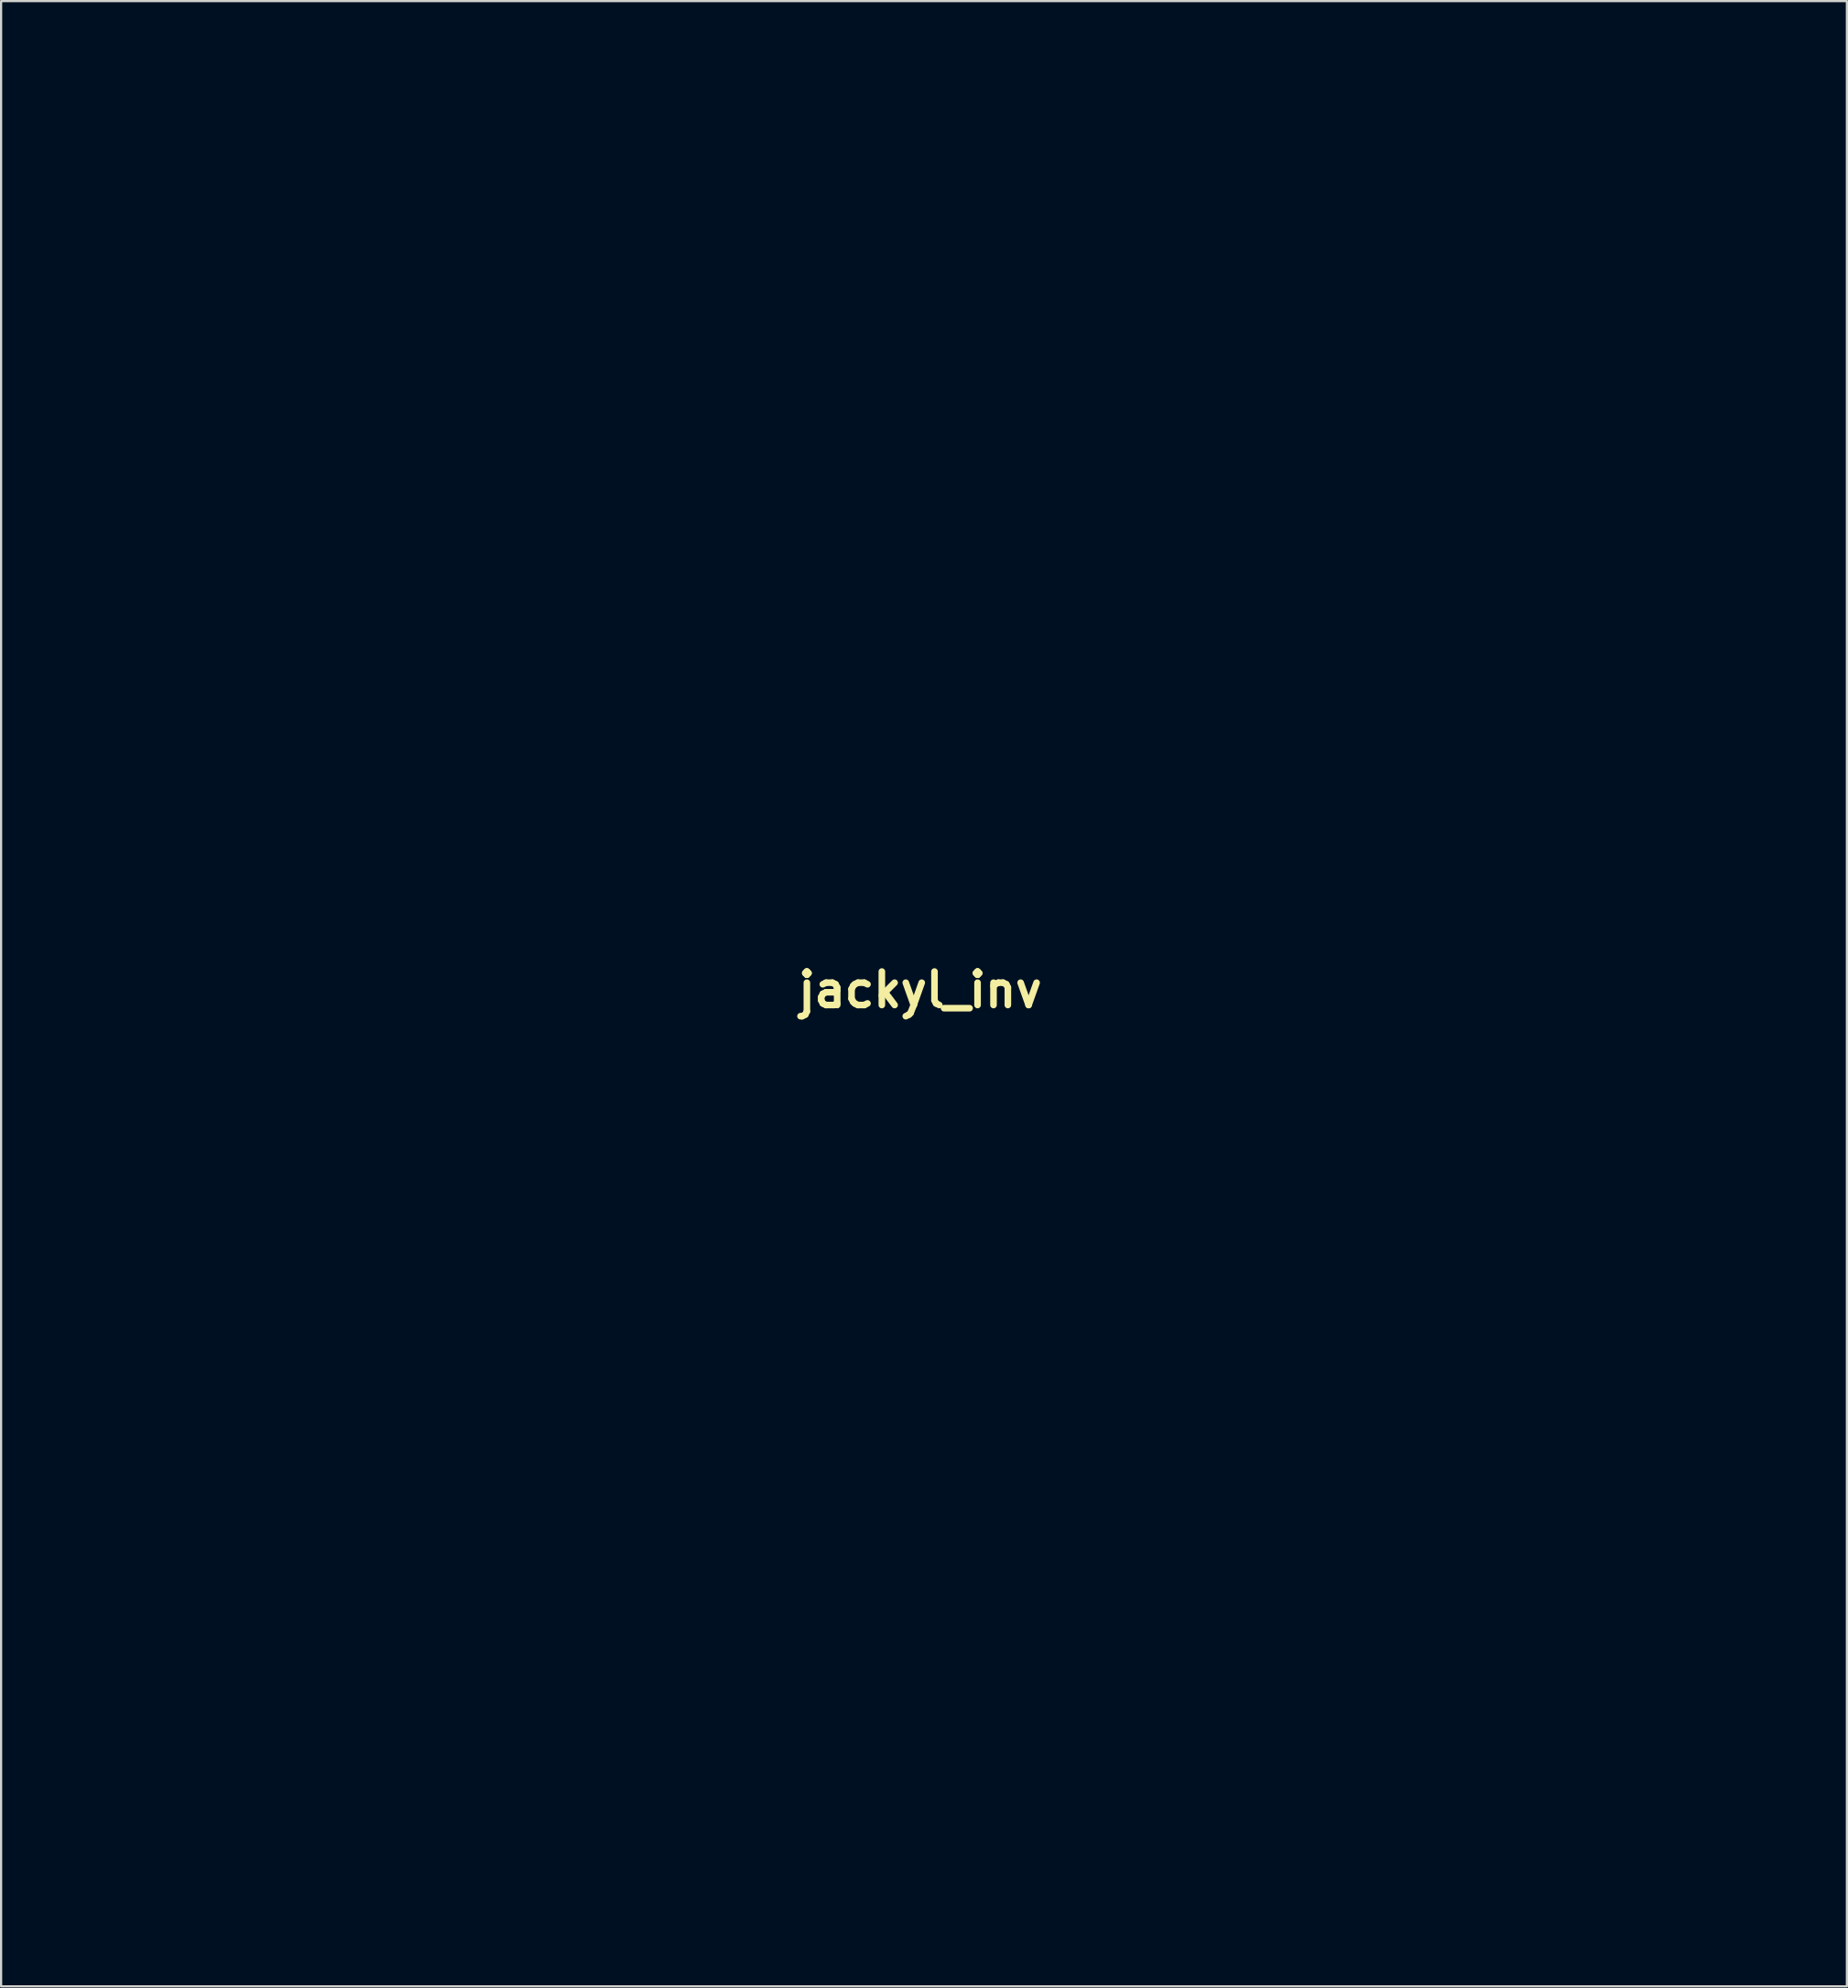
<source format=kicad_pcb>
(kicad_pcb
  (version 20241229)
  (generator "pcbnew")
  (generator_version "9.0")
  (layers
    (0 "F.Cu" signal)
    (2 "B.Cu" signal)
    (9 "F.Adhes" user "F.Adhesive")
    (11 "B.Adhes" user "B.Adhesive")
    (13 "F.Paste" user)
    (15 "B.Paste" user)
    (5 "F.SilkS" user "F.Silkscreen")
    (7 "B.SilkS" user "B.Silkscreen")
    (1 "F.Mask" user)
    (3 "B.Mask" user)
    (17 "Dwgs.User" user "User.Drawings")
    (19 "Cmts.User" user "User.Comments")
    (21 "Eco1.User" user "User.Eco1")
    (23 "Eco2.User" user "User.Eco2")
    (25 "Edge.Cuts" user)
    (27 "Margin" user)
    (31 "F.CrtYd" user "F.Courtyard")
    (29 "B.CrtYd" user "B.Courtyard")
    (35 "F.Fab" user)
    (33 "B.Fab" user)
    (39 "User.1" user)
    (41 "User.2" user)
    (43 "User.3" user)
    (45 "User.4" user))
  (footprint "jackyl_inv"
    (layer "F.Cu")
    (at 38.811 41.986)
    (property "Reference" "jackyl_inv" (at 0 0 0) (layer "F.SilkS") (effects (font (size 1.524 1.524) (thickness 0.3))))
    (attr through_hole)
    (fp_poly (pts (xy -27.164 34.749) (xy -27.34 34.925) (xy -27.517 34.749) (xy -27.34 34.572) (xy -27.164 34.749)) (stroke (width 0.01) (type solid)) (fill no) (layer "Eco1.User"))
    (fp_poly (pts (xy -26.811 34.043) (xy -26.988 34.219) (xy -27.164 34.043) (xy -26.988 33.867) (xy -26.811 34.043)) (stroke (width 0.01) (type solid)) (fill no) (layer "Eco1.User"))
    (fp_poly (pts (xy -25.4 32.279) (xy -25.576 32.456) (xy -25.753 32.279) (xy -25.576 32.103) (xy -25.4 32.279)) (stroke (width 0.01) (type solid)) (fill no) (layer "Eco1.User"))
    (fp_poly (pts (xy -24.694 -7.232) (xy -24.871 -7.056) (xy -25.047 -7.232) (xy -24.871 -7.408) (xy -24.694 -7.232)) (stroke (width 0.01) (type solid)) (fill no) (layer "Eco1.User"))
    (fp_poly (pts (xy -22.578 -22.401) (xy -22.754 -22.225) (xy -22.931 -22.401) (xy -22.754 -22.578) (xy -22.578 -22.401)) (stroke (width 0.01) (type solid)) (fill no) (layer "Eco1.User"))
    (fp_poly (pts (xy -22.578 -17.462) (xy -22.754 -17.286) (xy -22.931 -17.462) (xy -22.754 -17.639) (xy -22.578 -17.462)) (stroke (width 0.01) (type solid)) (fill no) (layer "Eco1.User"))
    (fp_poly (pts (xy -22.578 -14.993) (xy -22.754 -14.817) (xy -22.931 -14.993) (xy -22.754 -15.169) (xy -22.578 -14.993)) (stroke (width 0.01) (type solid)) (fill no) (layer "Eco1.User"))
    (fp_poly (pts (xy -21.872 1.94) (xy -22.049 2.117) (xy -22.225 1.94) (xy -22.049 1.764) (xy -21.872 1.94)) (stroke (width 0.01) (type solid)) (fill no) (layer "Eco1.User"))
    (fp_poly (pts (xy -20.461 -3.351) (xy -20.637 -3.175) (xy -20.814 -3.351) (xy -20.637 -3.528) (xy -20.461 -3.351)) (stroke (width 0.01) (type solid)) (fill no) (layer "Eco1.User"))
    (fp_poly (pts (xy -20.108 -1.94) (xy -20.285 -1.764) (xy -20.461 -1.94) (xy -20.285 -2.117) (xy -20.108 -1.94)) (stroke (width 0.01) (type solid)) (fill no) (layer "Eco1.User"))
    (fp_poly (pts (xy -19.403 -40.393) (xy -19.579 -40.217) (xy -19.756 -40.393) (xy -19.579 -40.569) (xy -19.403 -40.393)) (stroke (width 0.01) (type solid)) (fill no) (layer "Eco1.User"))
    (fp_poly (pts (xy -14.111 31.926) (xy -14.287 32.103) (xy -14.464 31.926) (xy -14.287 31.75) (xy -14.111 31.926)) (stroke (width 0.01) (type solid)) (fill no) (layer "Eco1.User"))
    (fp_poly (pts (xy -14.111 33.69) (xy -14.287 33.867) (xy -14.464 33.69) (xy -14.287 33.514) (xy -14.111 33.69)) (stroke (width 0.01) (type solid)) (fill no) (layer "Eco1.User"))
    (fp_poly (pts (xy -13.406 34.043) (xy -13.582 34.219) (xy -13.758 34.043) (xy -13.582 33.867) (xy -13.406 34.043)) (stroke (width 0.01) (type solid)) (fill no) (layer "Eco1.User"))
    (fp_poly (pts (xy -6.35 -7.938) (xy -6.526 -7.761) (xy -6.703 -7.938) (xy -6.526 -8.114) (xy -6.35 -7.938)) (stroke (width 0.01) (type solid)) (fill no) (layer "Eco1.User"))
    (fp_poly (pts (xy -5.644 34.043) (xy -5.821 34.219) (xy -5.997 34.043) (xy -5.821 33.867) (xy -5.644 34.043)) (stroke (width 0.01) (type solid)) (fill no) (layer "Eco1.User"))
    (fp_poly (pts (xy 1.058 -12.524) (xy 0.882 -12.347) (xy 0.706 -12.524) (xy 0.882 -12.7) (xy 1.058 -12.524)) (stroke (width 0.01) (type solid)) (fill no) (layer "Eco1.User"))
    (fp_poly (pts (xy 1.411 -10.407) (xy 1.235 -10.231) (xy 1.058 -10.407) (xy 1.235 -10.583) (xy 1.411 -10.407)) (stroke (width 0.01) (type solid)) (fill no) (layer "Eco1.User"))
    (fp_poly (pts (xy 1.764 -11.465) (xy 1.587 -11.289) (xy 1.411 -11.465) (xy 1.587 -11.642) (xy 1.764 -11.465)) (stroke (width 0.01) (type solid)) (fill no) (layer "Eco1.User"))
    (fp_poly (pts (xy 5.997 -0.529) (xy 5.821 -0.353) (xy 5.644 -0.529) (xy 5.821 -0.706) (xy 5.997 -0.529)) (stroke (width 0.01) (type solid)) (fill no) (layer "Eco1.User"))
    (fp_poly (pts (xy 9.172 0.176) (xy 8.996 0.353) (xy 8.819 0.176) (xy 8.996 0) (xy 9.172 0.176)) (stroke (width 0.01) (type solid)) (fill no) (layer "Eco1.User"))
    (fp_poly (pts (xy 11.289 -3.704) (xy 11.113 -3.528) (xy 10.936 -3.704) (xy 11.113 -3.881) (xy 11.289 -3.704)) (stroke (width 0.01) (type solid)) (fill no) (layer "Eco1.User"))
    (fp_poly (pts (xy 12.347 -2.293) (xy 12.171 -2.117) (xy 11.994 -2.293) (xy 12.171 -2.469) (xy 12.347 -2.293)) (stroke (width 0.01) (type solid)) (fill no) (layer "Eco1.User"))
    (fp_poly (pts (xy 14.111 -2.293) (xy 13.935 -2.117) (xy 13.758 -2.293) (xy 13.935 -2.469) (xy 14.111 -2.293)) (stroke (width 0.01) (type solid)) (fill no) (layer "Eco1.User"))
    (fp_poly (pts (xy -22.697 -13.141) (xy -22.65 -12.419) (xy -22.697 -12.259) (xy -22.826 -12.215) (xy -22.875 -12.7) (xy -22.819 -13.201) (xy -22.697 -13.141)) (stroke (width 0.01) (type solid)) (fill no) (layer "Eco1.User"))
    (fp_poly (pts (xy -22.695 -16.11) (xy -22.653 -15.692) (xy -22.695 -15.64) (xy -22.905 -15.688) (xy -22.931 -15.875) (xy -22.801 -16.165) (xy -22.695 -16.11)) (stroke (width 0.01) (type solid)) (fill no) (layer "Eco1.User"))
    (fp_poly (pts (xy -21.99 -30.927) (xy -21.948 -30.508) (xy -21.99 -30.456) (xy -22.2 -30.505) (xy -22.225 -30.692) (xy -22.096 -30.982) (xy -21.99 -30.927)) (stroke (width 0.01) (type solid)) (fill no) (layer "Eco1.User"))
    (fp_poly (pts (xy -20.909 -4.799) (xy -21.015 -4.639) (xy -21.372 -4.614) (xy -21.749 -4.7) (xy -21.586 -4.827) (xy -21.034 -4.869) (xy -20.909 -4.799)) (stroke (width 0.01) (type solid)) (fill no) (layer "Eco1.User"))
    (fp_poly (pts (xy -15.64 31.515) (xy -15.688 31.725) (xy -15.875 31.75) (xy -16.165 31.621) (xy -16.11 31.515) (xy -15.692 31.473) (xy -15.64 31.515)) (stroke (width 0.01) (type solid)) (fill no) (layer "Eco1.User"))
    (fp_poly (pts (xy -13.876 31.162) (xy -13.924 31.372) (xy -14.111 31.397) (xy -14.401 31.268) (xy -14.346 31.162) (xy -13.928 31.12) (xy -13.876 31.162)) (stroke (width 0.01) (type solid)) (fill no) (layer "Eco1.User"))
    (fp_poly (pts (xy -11.054 -6.232) (xy -11.011 -5.814) (xy -11.054 -5.762) (xy -11.263 -5.81) (xy -11.289 -5.997) (xy -11.16 -6.288) (xy -11.054 -6.232)) (stroke (width 0.01) (type solid)) (fill no) (layer "Eco1.User"))
    (fp_poly (pts (xy -0.118 -22.46) (xy -0.075 -22.042) (xy -0.118 -21.99) (xy -0.327 -22.038) (xy -0.353 -22.225) (xy -0.224 -22.515) (xy -0.118 -22.46)) (stroke (width 0.01) (type solid)) (fill no) (layer "Eco1.User"))
    (fp_poly (pts (xy 10.135 -4.094) (xy 10.03 -3.933) (xy 9.672 -3.908) (xy 9.296 -3.995) (xy 9.459 -4.122) (xy 10.01 -4.164) (xy 10.135 -4.094)) (stroke (width 0.01) (type solid)) (fill no) (layer "Eco1.User"))
    (fp_poly (pts (xy 11.877 1.881) (xy 11.919 2.3) (xy 11.877 2.352) (xy 11.667 2.303) (xy 11.642 2.117) (xy 11.771 1.826) (xy 11.877 1.881)) (stroke (width 0.01) (type solid)) (fill no) (layer "Eco1.User"))
    (fp_poly (pts (xy 16.816 1.176) (xy 16.858 1.595) (xy 16.816 1.646) (xy 16.606 1.598) (xy 16.581 1.411) (xy 16.71 1.121) (xy 16.816 1.176)) (stroke (width 0.01) (type solid)) (fill no) (layer "Eco1.User"))
    (fp_poly (pts (xy -24.043 -24.552) (xy -23.668 -24.224) (xy -23.636 -24.144) (xy -23.804 -23.999) (xy -24.152 -24.324) (xy -24.199 -24.396) (xy -24.241 -24.638) (xy -24.043 -24.552)) (stroke (width 0.01) (type solid)) (fill no) (layer "Eco1.User"))
    (fp_poly (pts (xy -29.285 35.551) (xy -29.281 35.631) (xy -29.552 35.97) (xy -29.654 35.983) (xy -29.865 35.767) (xy -29.81 35.631) (xy -29.493 35.294) (xy -29.436 35.278) (xy -29.285 35.551)) (stroke (width 0.01) (type solid)) (fill no) (layer "Eco1.User"))
    (fp_poly (pts (xy -21.872 -29.104) (xy -21.536 -28.787) (xy -21.519 -28.731) (xy -21.792 -28.579) (xy -21.872 -28.575) (xy -22.211 -28.846) (xy -22.225 -28.949) (xy -22.009 -29.159) (xy -21.872 -29.104)) (stroke (width 0.01) (type solid)) (fill no) (layer "Eco1.User"))
    (fp_poly (pts (xy -18.697 0.529) (xy -18.361 0.846) (xy -18.344 0.903) (xy -18.617 1.054) (xy -18.697 1.058) (xy -19.036 0.787) (xy -19.05 0.685) (xy -18.834 0.474) (xy -18.697 0.529)) (stroke (width 0.01) (type solid)) (fill no) (layer "Eco1.User"))
    (fp_poly (pts (xy 0.949 -15.081) (xy 1.004 -14.187) (xy 0.949 -13.847) (xy 0.846 -13.737) (xy 0.791 -14.225) (xy 0.787 -14.464) (xy 0.824 -15.106) (xy 0.916 -15.181) (xy 0.949 -15.081)) (stroke (width 0.01) (type solid)) (fill no) (layer "Eco1.User"))
    (fp_poly (pts (xy 7.254 -1.796) (xy 7.291 -1.572) (xy 7.127 -1.112) (xy 6.997 -1.058) (xy 6.708 -1.326) (xy 6.703 -1.39) (xy 6.956 -1.875) (xy 6.997 -1.904) (xy 7.254 -1.796)) (stroke (width 0.01) (type solid)) (fill no) (layer "Eco1.User"))
    (fp_poly (pts (xy 7.556 -0.573) (xy 7.585 -0.353) (xy 7.15 -0.014) (xy 7.056 0) (xy 6.599 -0.255) (xy 6.526 -0.353) (xy 6.637 -0.628) (xy 7.056 -0.706) (xy 7.556 -0.573)) (stroke (width 0.01) (type solid)) (fill no) (layer "Eco1.User"))
    (fp_poly (pts (xy 10.463 -0.841) (xy 10.407 -0.706) (xy 9.94 -0.366) (xy 9.836 -0.353) (xy 9.645 -0.57) (xy 9.701 -0.706) (xy 10.169 -1.045) (xy 10.272 -1.058) (xy 10.463 -0.841)) (stroke (width 0.01) (type solid)) (fill no) (layer "Eco1.User"))
    (fp_poly (pts (xy 18.748 2.303) (xy 19.05 2.469) (xy 19.332 2.749) (xy 19.226 2.811) (xy 18.647 2.636) (xy 18.344 2.469) (xy 18.062 2.19) (xy 18.168 2.127) (xy 18.748 2.303)) (stroke (width 0.01) (type solid)) (fill no) (layer "Eco1.User"))
    (fp_poly (pts (xy 12.389 -3.33) (xy 12.897 -3.01) (xy 13.377 -2.595) (xy 13.289 -2.529) (xy 12.679 -2.814) (xy 12.347 -2.999) (xy 11.84 -3.353) (xy 11.827 -3.515) (xy 11.839 -3.515) (xy 12.389 -3.33)) (stroke (width 0.01) (type solid)) (fill no) (layer "Eco1.User"))
    (fp_poly (pts (xy 28.173 5.597) (xy 28.802 5.775) (xy 29.633 6.076) (xy 29.851 6.252) (xy 29.539 6.287) (xy 28.782 6.165) (xy 27.919 5.945) (xy 27.185 5.678) (xy 26.898 5.456) (xy 26.912 5.426) (xy 27.321 5.42) (xy 28.173 5.597)) (stroke (width 0.01) (type solid)) (fill no) (layer "Eco1.User"))
    (fp_poly (pts (xy -26.246 -41.973) (xy -23.89 -41.948) (xy -22.129 -41.903) (xy -20.906 -41.837) (xy -20.165 -41.745) (xy -19.852 -41.627) (xy -19.836 -41.562) (xy -20.267 -41.097) (xy -20.483 -41.006) (xy -20.788 -40.965) (xy -20.498 -41.216) (xy -20.461 -41.243) (xy -20.198 -41.547) (xy -20.33 -41.622) (xy -20.869 -41.382) (xy -21.163 -41.102) (xy -21.684 -40.768) (xy -21.967 -40.804) (xy -22.164 -40.806) (xy -22.079 -40.618) (xy -21.665 -40.356) (xy -21.51 -40.399) (xy -21.458 -40.227) (xy -21.662 -39.578) (xy -21.912 -38.974) (xy -22.516 -37.354) (xy -23.145 -35.224) (xy -23.753 -32.776) (xy -24.29 -30.201) (xy -24.712 -27.693) (xy -24.734 -27.537) (xy -24.974 -25.99) (xy -25.171 -25.111) (xy -25.334 -24.864) (xy -25.439 -25.068) (xy -25.535 -25.178) (xy -25.572 -24.688) (xy -25.545 -23.702) (xy -25.532 -23.46) (xy -25.487 -22.176) (xy -25.543 -21.584) (xy -25.7 -21.687) (xy -25.704 -21.696) (xy -25.806 -21.631) (xy -25.874 -20.972) (xy -25.908 -19.829) (xy -25.913 -18.311) (xy -25.889 -16.53) (xy -25.842 -14.594) (xy -25.771 -12.615) (xy -25.681 -10.703) (xy -25.574 -8.967) (xy -25.452 -7.518) (xy -25.355 -6.703) (xy -25.033 -5.021) (xy -24.572 -3.266) (xy -24.129 -1.968) (xy -23.632 -0.727) (xy -23.375 -0.019) (xy -23.329 0.275) (xy -23.465 0.276) (xy -23.612 0.191) (xy -24.068 0.228) (xy -24.143 0.316) (xy -24.042 0.542) (xy -23.726 0.544) (xy -22.951 0.653) (xy -22.36 1.098) (xy -22.225 1.475) (xy -22.458 1.632) (xy -22.666 1.551) (xy -22.76 1.598) (xy -22.434 2.035) (xy -22.31 2.174) (xy -21.821 2.811) (xy -21.679 3.209) (xy -21.693 3.231) (xy -21.579 3.387) (xy -21.342 3.41) (xy -21.018 3.333) (xy -21.192 2.997) (xy -21.396 2.763) (xy -21.773 2.254) (xy -21.647 2.154) (xy -21.081 2.451) (xy -20.349 2.969) (xy -19.228 3.615) (xy -18.004 4.046) (xy -17.9 4.067) (xy -16.992 4.302) (xy -16.429 4.571) (xy -16.379 4.626) (xy -15.965 4.946) (xy -15.63 4.665) (xy -15.554 4.233) (xy -7.705 4.233) (xy -7.65 4.734) (xy -7.527 4.674) (xy -7.495 4.166) (xy -6.35 4.166) (xy -6.153 4.458) (xy -5.997 4.41) (xy -5.665 4.473) (xy -5.617 4.653) (xy -5.521 4.882) (xy -5.459 4.776) (xy 0.183 4.776) (xy 0.504 5.009) (xy 0.529 5.023) (xy 1.603 5.472) (xy 2.99 5.822) (xy 4.493 6.052) (xy 5.913 6.141) (xy 7.053 6.067) (xy 7.716 5.808) (xy 7.552 5.683) (xy 7.071 5.644) (xy 6.515 5.579) (xy 6.567 5.267) (xy 6.742 5.027) (xy 7.042 4.62) (xy 6.916 4.674) (xy 6.493 5.027) (xy 5.624 5.457) (xy 4.515 5.644) (xy 4.463 5.644) (xy 3.5 5.537) (xy 2.956 5.123) (xy 2.763 4.774) (xy 2.369 4.207) (xy 2.027 4.112) (xy 1.958 4.448) (xy 2.167 4.659) (xy 2.242 4.851) (xy 1.65 4.856) (xy 1.235 4.807) (xy 0.401 4.716) (xy 0.183 4.776) (xy -5.459 4.776) (xy -5.426 4.719) (xy -4.972 4.485) (xy -3.982 4.471) (xy -3.761 4.492) (xy -2.417 4.467) (xy -0.602 4.123) (xy 1.034 3.673) (xy 2.574 3.223) (xy 3.628 2.966) (xy 4.382 2.887) (xy 5.022 2.968) (xy 5.735 3.192) (xy 5.829 3.225) (xy 7.332 3.765) (xy 6.983 2.765) (xy 6.623 2.055) (xy 6.255 1.764) (xy 5.724 1.547) (xy 5.213 1.163) (xy 4.763 0.788) (xy 4.701 0.92) (xy 4.912 1.516) (xy 5.107 2.155) (xy 4.919 2.417) (xy 4.197 2.469) (xy 4.052 2.469) (xy 2.993 2.599) (xy 1.688 2.928) (xy 1.055 3.144) (xy -0.482 3.574) (xy -2.283 3.756) (xy -3.535 3.761) (xy -5.026 3.762) (xy -5.917 3.85) (xy -6.309 4.037) (xy -6.35 4.166) (xy -7.495 4.166) (xy -7.481 3.952) (xy -7.527 3.792) (xy -7.656 3.748) (xy -7.705 4.233) (xy -15.554 4.233) (xy -15.522 4.051) (xy -15.719 2.428) (xy -16.015 1.658) (xy -6.476 1.658) (xy -6.469 1.801) (xy -6.107 1.828) (xy -5.222 1.731) (xy -3.978 1.541) (xy -3.905 1.529) (xy 3.998 1.529) (xy 4.047 1.738) (xy 4.233 1.764) (xy 4.524 1.635) (xy 4.469 1.529) (xy 4.05 1.486) (xy 3.998 1.529) (xy -3.905 1.529) (xy -2.54 1.288) (xy -1.075 1) (xy 0.254 0.708) (xy 1.282 0.441) (xy 1.552 0.355) (xy 2.647 0.105) (xy 3.844 0.003) (xy 3.845 0.003) (xy 4.987 0.18) (xy 6.366 0.632) (xy 7.719 1.245) (xy 8.779 1.909) (xy 9.127 2.237) (xy 9.737 2.77) (xy 10.091 2.681) (xy 10.099 2.007) (xy 10.065 1.86) (xy 9.824 0.897) (xy 10.716 1.86) (xy 11.444 2.497) (xy 12.076 2.814) (xy 12.154 2.822) (xy 12.591 2.56) (xy 12.625 2.293) (xy 13.053 2.293) (xy 13.229 2.469) (xy 13.406 2.293) (xy 13.229 2.117) (xy 13.053 2.293) (xy 12.625 2.293) (xy 12.669 1.939) (xy 12.388 1.207) (xy 12.146 0.907) (xy 11.809 0.463) (xy 11.95 0.377) (xy 12.431 0.662) (xy 12.67 0.866) (xy 13.753 1.852) (xy 14.429 2.446) (xy 14.807 2.739) (xy 14.997 2.822) (xy 15.005 2.822) (xy 15.013 2.563) (xy 14.817 2.116) (xy 14.612 1.668) (xy 14.77 1.583) (xy 15.423 1.824) (xy 15.598 1.897) (xy 17.76 2.796) (xy 19.467 3.482) (xy 20.906 4.029) (xy 22.268 4.51) (xy 23.283 4.848) (xy 24.891 5.375) (xy 26.545 5.924) (xy 27.869 6.369) (xy 29.605 6.856) (xy 30.984 6.977) (xy 31.96 6.798) (xy 33.686 6.798) (xy 33.779 6.888) (xy 34.396 7.056) (xy 35.394 7.272) (xy 36.014 7.335) (xy 36.146 7.246) (xy 35.807 7.056) (xy 34.879 6.818) (xy 34.219 6.769) (xy 33.686 6.798) (xy 31.96 6.798) (xy 32.24 6.747) (xy 32.456 6.675) (xy 32.808 6.526) (xy 36.336 6.526) (xy 36.513 6.703) (xy 36.689 6.526) (xy 36.513 6.35) (xy 36.336 6.526) (xy 32.808 6.526) (xy 32.869 6.5) (xy 32.669 6.466) (xy 31.926 6.547) (xy 31.117 6.603) (xy 30.886 6.502) (xy 30.967 6.424) (xy 30.923 6.189) (xy 30.368 5.89) (xy 29.486 5.579) (xy 28.463 5.312) (xy 27.483 5.142) (xy 26.73 5.124) (xy 26.61 5.147) (xy 26.037 5.099) (xy 25.003 4.855) (xy 23.704 4.479) (xy 23.353 4.364) (xy 24.836 4.364) (xy 25.224 4.586) (xy 25.972 4.851) (xy 26.357 4.884) (xy 26.248 4.686) (xy 26.106 4.586) (xy 25.352 4.294) (xy 25.047 4.264) (xy 24.836 4.364) (xy 23.353 4.364) (xy 22.334 4.032) (xy 21.309 3.659) (xy 22.72 3.659) (xy 23.107 3.881) (xy 23.855 4.145) (xy 24.241 4.179) (xy 24.132 3.981) (xy 23.989 3.881) (xy 23.236 3.588) (xy 22.931 3.558) (xy 22.72 3.659) (xy 21.309 3.659) (xy 21.09 3.579) (xy 20.166 3.182) (xy 19.782 2.94) (xy 19.86 2.832) (xy 20.108 2.894) (xy 21.136 3.219) (xy 21.615 3.3) (xy 21.504 3.143) (xy 20.814 2.78) (xy 19.669 2.328) (xy 18.619 2.052) (xy 18.276 2.015) (xy 17.606 1.933) (xy 17.394 1.774) (xy 17.288 1.305) (xy 16.923 0.539) (xy 16.442 -0.273) (xy 15.99 -0.883) (xy 15.752 -1.058) (xy 15.686 -0.838) (xy 15.92 -0.462) (xy 16.058 -0.2) (xy 15.668 -0.403) (xy 15.346 -0.628) (xy 14.562 -1.099) (xy 13.822 -1.218) (xy 12.772 -1.043) (xy 12.769 -1.042) (xy 11.708 -0.865) (xy 11.063 -0.967) (xy 10.74 -1.204) (xy 10.053 -1.536) (xy 9.214 -1.423) (xy 8.519 -1.276) (xy 8.316 -1.455) (xy 8.374 -1.801) (xy 8.362 -2.253) (xy 8.941 -2.253) (xy 8.996 -2.117) (xy 9.313 -1.78) (xy 9.369 -1.764) (xy 9.521 -2.037) (xy 9.525 -2.117) (xy 9.254 -2.456) (xy 9.151 -2.469) (xy 8.941 -2.253) (xy 8.362 -2.253) (xy 8.361 -2.296) (xy 7.853 -2.463) (xy 7.615 -2.469) (xy 6.847 -2.29) (xy 6.478 -1.94) (xy 6.033 -1.471) (xy 5.783 -1.411) (xy 5.338 -1.208) (xy 5.292 -1.058) (xy 4.983 -0.821) (xy 4.227 -0.707) (xy 4.113 -0.706) (xy 3.184 -0.619) (xy 1.854 -0.39) (xy 0.402 -0.068) (xy 0.321 -0.047) (xy -1.258 0.319) (xy -2.852 0.639) (xy -4.075 0.837) (xy -5.856 1.064) (xy -5.754 -0.262) (xy -5.652 -1.587) (xy -6.109 0) (xy -6.361 0.983) (xy -6.476 1.658) (xy -16.015 1.658) (xy -16.254 1.035) (xy -17.039 0.061) (xy -17.462 -0.195) (xy -18.323 -0.79) (xy -17.839 -0.79) (xy -17.492 -0.733) (xy -17.034 -0.798) (xy -17.029 -0.919) (xy -17.501 -1.003) (xy -17.705 -0.947) (xy -17.839 -0.79) (xy -18.323 -0.79) (xy -18.706 -1.055) (xy -18.813 -1.195) (xy -16.459 -1.195) (xy -16.404 -1.058) (xy -16.087 -0.722) (xy -16.031 -0.706) (xy -15.879 -0.978) (xy -15.875 -1.058) (xy -16.146 -1.398) (xy -16.249 -1.411) (xy -16.459 -1.195) (xy -18.813 -1.195) (xy -19.07 -1.531) (xy -18.527 -1.531) (xy -18.367 -1.42) (xy -17.794 -1.661) (xy -17.699 -1.719) (xy -17.571 -1.94) (xy -16.933 -1.94) (xy -16.757 -1.764) (xy -16.581 -1.94) (xy -16.757 -2.117) (xy -16.933 -1.94) (xy -17.571 -1.94) (xy -17.386 -2.259) (xy -17.354 -2.812) (xy -16.913 -2.812) (xy -16.677 -2.622) (xy -16.404 -2.695) (xy -15.96 -2.636) (xy -15.875 -2.272) (xy -15.772 -1.859) (xy -15.639 -1.882) (xy -15.618 -2.293) (xy -5.105 -2.293) (xy -5.029 -2.028) (xy -4.762 -1.742) (xy -4.637 -2.01) (xy -4.646 -2.075) (xy -3.175 -2.075) (xy -2.958 -1.884) (xy -2.822 -1.94) (xy 3.881 -1.94) (xy 4.057 -1.764) (xy 4.233 -1.94) (xy 4.057 -2.117) (xy 3.881 -1.94) (xy -2.822 -1.94) (xy -2.483 -2.408) (xy -2.469 -2.511) (xy -2.687 -2.702) (xy -2.822 -2.646) (xy -3.162 -2.179) (xy -3.175 -2.075) (xy -4.646 -2.075) (xy -4.707 -2.539) (xy -4.711 -2.999) (xy -3.528 -2.999) (xy -3.351 -2.822) (xy -3.175 -2.999) (xy -2.117 -2.999) (xy -2.041 -2.528) (xy -1.978 -2.469) (xy -1.833 -2.646) (xy -0.353 -2.646) (xy -0.176 -2.469) (xy 0 -2.646) (xy -0.176 -2.822) (xy -0.353 -2.646) (xy -1.833 -2.646) (xy -1.751 -2.745) (xy -1.636 -2.999) (xy -1.629 -3.453) (xy -1.775 -3.528) (xy -2.078 -3.242) (xy -2.117 -2.999) (xy -3.175 -2.999) (xy -3.351 -3.175) (xy -3.528 -2.999) (xy -4.711 -2.999) (xy -4.714 -3.35) (xy -4.528 -3.774) (xy -4.333 -4.161) (xy -4.543 -4.233) (xy -4.946 -3.952) (xy -4.993 -3.792) (xy -5.099 -2.811) (xy -5.105 -2.293) (xy -15.618 -2.293) (xy -15.616 -2.327) (xy -15.879 -3.006) (xy -15.97 -3.133) (xy -15.169 -3.133) (xy -14.952 -2.942) (xy -14.817 -2.999) (xy -14.477 -3.466) (xy -14.464 -3.569) (xy -14.681 -3.761) (xy -14.817 -3.704) (xy -15.156 -3.237) (xy -15.169 -3.133) (xy -15.97 -3.133) (xy -16.285 -3.574) (xy -16.595 -3.507) (xy -16.638 -3.446) (xy -16.913 -2.812) (xy -17.354 -2.812) (xy -17.346 -2.939) (xy -17.514 -3.567) (xy -17.854 -3.598) (xy -17.992 -3.519) (xy -18.343 -3.189) (xy -18.067 -2.868) (xy -17.992 -2.816) (xy -17.674 -2.486) (xy -17.909 -2.125) (xy -18.147 -1.934) (xy -18.527 -1.531) (xy -19.07 -1.531) (xy -19.717 -2.376) (xy -20.254 -3.704) (xy -20.605 -4.607) (xy -18.344 -4.607) (xy -18.045 -4.317) (xy -17.538 -4.233) (xy -16.852 -4.463) (xy -16.738 -4.763) (xy -16.198 -4.763) (xy -16.164 -4.258) (xy -16.033 -4.402) (xy -15.875 -4.763) (xy -15.743 -5.178) (xy -12.915 -5.178) (xy -12.547 -4.461) (xy -12.467 -4.395) (xy -11.745 -3.956) (xy -11.259 -4.06) (xy -10.854 -4.586) (xy -10.39 -5.153) (xy -10.079 -5.256) (xy -10.069 -4.869) (xy -10.121 -4.714) (xy -10.148 -4.295) (xy -9.846 -4.311) (xy -9.437 -4.762) (xy -9.437 -4.763) (xy -4.233 -4.763) (xy -4.057 -4.586) (xy -3.881 -4.763) (xy -4.057 -4.939) (xy -4.233 -4.763) (xy -9.437 -4.763) (xy -9.398 -5.065) (xy -9.374 -5.174) (xy -5.88 -5.174) (xy -5.831 -4.964) (xy -5.644 -4.939) (xy -5.354 -5.068) (xy -5.409 -5.174) (xy -5.828 -5.216) (xy -5.88 -5.174) (xy -9.374 -5.174) (xy -9.283 -5.589) (xy -9.133 -5.689) (xy -8.145 -5.906) (xy -7.849 -5.995) (xy -7.32 -6.039) (xy -7.063 -6.262) (xy -7.056 -6.339) (xy -6.8 -6.54) (xy -6.562 -6.491) (xy -5.997 -6.461) (xy -5.853 -6.917) (xy -6.126 -7.784) (xy -6.711 -8.832) (xy -7.337 -9.767) (xy -7.812 -10.402) (xy -8.003 -10.583) (xy -7.945 -10.32) (xy -7.597 -9.661) (xy -7.426 -9.377) (xy -6.974 -8.46) (xy -7.051 -7.99) (xy -7.678 -7.946) (xy -8.643 -8.223) (xy -9.305 -8.665) (xy -10.042 -9.436) (xy -10.179 -9.617) (xy -10.702 -10.316) (xy -10.9 -10.47) (xy -10.861 -10.108) (xy -10.797 -9.819) (xy -10.755 -8.783) (xy -10.914 -8.055) (xy -11.146 -7.534) (xy -11.242 -7.622) (xy -11.277 -8.29) (xy -11.334 -8.963) (xy -11.486 -9.006) (xy -11.671 -8.728) (xy -11.859 -8.036) (xy -11.779 -7.698) (xy -11.771 -7.439) (xy -12.201 -7.526) (xy -12.668 -7.673) (xy -12.574 -7.533) (xy -12.205 -7.243) (xy -11.762 -6.831) (xy -11.883 -6.599) (xy -12.103 -6.504) (xy -12.75 -5.956) (xy -12.915 -5.178) (xy -15.743 -5.178) (xy -15.614 -5.587) (xy -15.552 -5.997) (xy -15.585 -6.348) (xy -15.817 -6.087) (xy -15.875 -5.997) (xy -16.159 -5.196) (xy -16.198 -4.763) (xy -16.738 -4.763) (xy -16.679 -4.915) (xy -16.878 -5.698) (xy -17.133 -6.017) (xy -17.498 -6.204) (xy -17.629 -5.842) (xy -17.639 -5.49) (xy -17.746 -4.864) (xy -17.992 -4.763) (xy -18.317 -4.735) (xy -18.344 -4.607) (xy -20.605 -4.607) (xy -20.643 -4.704) (xy -21.106 -5.417) (xy -21.45 -6.189) (xy -21.559 -6.797) (xy -18.527 -6.797) (xy -18.472 -6.526) (xy -18.222 -6.062) (xy -18.13 -5.997) (xy -18.007 -6.285) (xy -17.992 -6.526) (xy -18.176 -6.996) (xy -18.333 -7.056) (xy -16.404 -7.056) (xy -16.376 -6.73) (xy -16.249 -6.703) (xy -15.889 -6.959) (xy -15.875 -7.056) (xy -15.995 -7.399) (xy -16.031 -7.408) (xy -16.332 -7.161) (xy -16.404 -7.056) (xy -18.333 -7.056) (xy -18.527 -6.797) (xy -21.559 -6.797) (xy -21.702 -7.601) (xy -21.742 -8.114) (xy -16.581 -8.114) (xy -16.451 -7.824) (xy -16.345 -7.879) (xy -16.303 -8.297) (xy -16.345 -8.349) (xy -16.555 -8.301) (xy -16.581 -8.114) (xy -21.742 -8.114) (xy -21.84 -9.378) (xy -16.905 -9.378) (xy -16.841 -8.92) (xy -16.72 -8.915) (xy -16.636 -9.387) (xy -16.692 -9.591) (xy -16.849 -9.725) (xy -16.905 -9.378) (xy -21.84 -9.378) (xy -21.856 -9.596) (xy -21.859 -9.701) (xy -17.639 -9.701) (xy -17.462 -9.525) (xy -17.286 -9.701) (xy -17.462 -9.878) (xy -17.639 -9.701) (xy -21.859 -9.701) (xy -21.869 -10.231) (xy -18.344 -10.231) (xy -18.215 -9.94) (xy -18.109 -9.995) (xy -18.067 -10.414) (xy -18.109 -10.466) (xy -18.319 -10.417) (xy -18.344 -10.231) (xy -21.869 -10.231) (xy -21.887 -11.113) (xy -8.467 -11.113) (xy -8.29 -10.936) (xy -8.114 -11.113) (xy -8.29 -11.289) (xy -8.467 -11.113) (xy -21.887 -11.113) (xy -21.902 -11.818) (xy -8.819 -11.818) (xy -8.643 -11.642) (xy -8.467 -11.818) (xy -8.643 -11.994) (xy -8.819 -11.818) (xy -21.902 -11.818) (xy -21.908 -12.113) (xy -21.885 -13.582) (xy -17.639 -13.582) (xy -17.462 -13.406) (xy -17.348 -13.52) (xy -9.499 -13.52) (xy -9.305 -12.89) (xy -9.044 -12.484) (xy -8.92 -12.482) (xy -8.939 -12.876) (xy -9.129 -13.291) (xy -9.441 -13.705) (xy -9.499 -13.52) (xy -17.348 -13.52) (xy -17.286 -13.582) (xy -17.462 -13.758) (xy -17.639 -13.582) (xy -21.885 -13.582) (xy -21.877 -14.111) (xy -15.169 -14.111) (xy -15.04 -13.821) (xy -14.934 -13.876) (xy -14.893 -14.287) (xy -9.878 -14.287) (xy -9.701 -14.111) (xy -9.525 -14.287) (xy -9.701 -14.464) (xy -9.878 -14.287) (xy -14.893 -14.287) (xy -14.892 -14.295) (xy -14.934 -14.346) (xy -15.144 -14.298) (xy -15.169 -14.111) (xy -21.877 -14.111) (xy -21.872 -14.464) (xy -21.858 -15.728) (xy -17.611 -15.728) (xy -17.546 -15.27) (xy -17.426 -15.265) (xy -17.343 -15.728) (xy -16.553 -15.728) (xy -16.488 -15.27) (xy -16.367 -15.265) (xy -16.283 -15.737) (xy -16.34 -15.941) (xy -16.469 -16.051) (xy -11.289 -16.051) (xy -11.113 -15.875) (xy -10.998 -15.99) (xy -10.557 -15.99) (xy -10.363 -15.359) (xy -10.102 -14.953) (xy -9.978 -14.951) (xy -9.989 -15.169) (xy -5.548 -15.169) (xy -5.521 -14.406) (xy -5.45 -14.197) (xy -5.395 -14.376) (xy -5.337 -15.404) (xy -5.395 -15.963) (xy -5.483 -16.13) (xy -5.538 -15.687) (xy -5.548 -15.169) (xy -9.989 -15.169) (xy -9.998 -15.346) (xy -10.187 -15.76) (xy -10.499 -16.175) (xy -10.557 -15.99) (xy -10.998 -15.99) (xy -10.936 -16.051) (xy -11.113 -16.228) (xy -11.289 -16.051) (xy -16.469 -16.051) (xy -16.496 -16.075) (xy -16.553 -15.728) (xy -17.343 -15.728) (xy -17.342 -15.737) (xy -17.398 -15.941) (xy -17.555 -16.075) (xy -17.611 -15.728) (xy -21.858 -15.728) (xy -21.854 -16.021) (xy -21.867 -16.933) (xy -10.936 -16.933) (xy -10.807 -16.643) (xy -10.701 -16.698) (xy -10.659 -17.117) (xy -10.701 -17.169) (xy -10.911 -17.12) (xy -10.936 -16.933) (xy -21.867 -16.933) (xy -21.878 -17.753) (xy -21.88 -17.815) (xy -11.289 -17.815) (xy -11.113 -17.639) (xy -10.936 -17.815) (xy -11.113 -17.992) (xy -11.289 -17.815) (xy -21.88 -17.815) (xy -21.909 -18.697) (xy -11.642 -18.697) (xy -11.513 -18.407) (xy -11.406 -18.462) (xy -11.364 -18.881) (xy -11.406 -18.932) (xy -11.616 -18.884) (xy -11.642 -18.697) (xy -21.909 -18.697) (xy -21.935 -19.498) (xy -21.948 -19.756) (xy -16.933 -19.756) (xy -16.804 -19.465) (xy -16.698 -19.52) (xy -16.674 -19.756) (xy -11.994 -19.756) (xy -11.865 -19.465) (xy -11.759 -19.52) (xy -11.717 -19.939) (xy -11.759 -19.991) (xy -11.969 -19.942) (xy -11.994 -19.756) (xy -16.674 -19.756) (xy -16.656 -19.939) (xy -16.698 -19.991) (xy -16.908 -19.942) (xy -16.933 -19.756) (xy -21.948 -19.756) (xy -21.976 -20.285) (xy -5.203 -20.285) (xy -5.174 -19.559) (xy -5.094 -19.371) (xy -5.049 -19.487) (xy -4.984 -20.334) (xy -5.042 -20.898) (xy -5.135 -21.093) (xy -5.194 -20.669) (xy -5.203 -20.285) (xy -21.976 -20.285) (xy -22.018 -21.096) (xy -22.038 -21.343) (xy -17.217 -21.343) (xy -17.179 -20.741) (xy -17.069 -20.688) (xy -17.055 -20.719) (xy -16.985 -21.419) (xy -17.019 -21.634) (xy -12.674 -21.634) (xy -12.48 -21.004) (xy -12.219 -20.598) (xy -12.095 -20.596) (xy -12.114 -20.99) (xy -12.304 -21.405) (xy -12.616 -21.819) (xy -12.674 -21.634) (xy -17.019 -21.634) (xy -17.042 -21.777) (xy -17.154 -21.921) (xy -17.215 -21.453) (xy -17.217 -21.343) (xy -22.038 -21.343) (xy -22.12 -22.384) (xy -22.147 -22.578) (xy -13.053 -22.578) (xy -12.924 -22.287) (xy -12.818 -22.343) (xy -12.776 -22.754) (xy -12.347 -22.754) (xy -12.171 -22.578) (xy -11.994 -22.754) (xy -12.171 -22.931) (xy -12.347 -22.754) (xy -12.776 -22.754) (xy -12.775 -22.761) (xy -12.818 -22.813) (xy -13.027 -22.765) (xy -13.053 -22.578) (xy -22.147 -22.578) (xy -22.233 -23.201) (xy -22.285 -23.372) (xy -22.307 -23.46) (xy -13.406 -23.46) (xy -13.229 -23.283) (xy -13.053 -23.46) (xy -13.229 -23.636) (xy -13.406 -23.46) (xy -22.307 -23.46) (xy -22.414 -23.89) (xy -22.256 -23.989) (xy -4.857 -23.989) (xy -4.82 -23.347) (xy -4.729 -23.271) (xy -4.696 -23.372) (xy -4.641 -24.266) (xy -4.696 -24.606) (xy -4.798 -24.716) (xy -4.854 -24.228) (xy -4.857 -23.989) (xy -22.256 -23.989) (xy -22.068 -24.303) (xy -22.064 -24.342) (xy -13.758 -24.342) (xy -13.629 -24.051) (xy -13.523 -24.106) (xy -13.481 -24.525) (xy -13.523 -24.577) (xy -13.733 -24.528) (xy -13.758 -24.342) (xy -22.064 -24.342) (xy -21.991 -25.096) (xy -22.003 -25.557) (xy -22.003 -25.576) (xy -17.538 -25.576) (xy -17.516 -24.74) (xy -17.453 -24.434) (xy -17.391 -24.601) (xy -17.373 -24.871) (xy -16.228 -24.871) (xy -16.051 -24.694) (xy -15.875 -24.871) (xy -16.051 -25.047) (xy -16.228 -24.871) (xy -17.373 -24.871) (xy -17.35 -25.224) (xy -14.111 -25.224) (xy -13.935 -25.047) (xy -13.758 -25.224) (xy -13.935 -25.4) (xy -14.111 -25.224) (xy -17.35 -25.224) (xy -17.327 -25.569) (xy -17.367 -26.106) (xy -14.464 -26.106) (xy -14.335 -25.815) (xy -14.229 -25.87) (xy -14.186 -26.289) (xy -14.229 -26.341) (xy -14.438 -26.292) (xy -14.464 -26.106) (xy -17.367 -26.106) (xy -17.386 -26.365) (xy -17.467 -26.61) (xy -17.522 -26.229) (xy -17.538 -25.576) (xy -22.003 -25.576) (xy -22.009 -26.458) (xy -21.921 -26.945) (xy -21.85 -26.974) (xy -21.611 -27.13) (xy -21.549 -27.34) (xy -15.875 -27.34) (xy -15.699 -27.164) (xy -15.522 -27.34) (xy -15.699 -27.517) (xy -15.875 -27.34) (xy -21.549 -27.34) (xy -21.426 -27.752) (xy -21.394 -28.046) (xy -15.875 -28.046) (xy -15.699 -27.869) (xy -15.584 -27.984) (xy -15.143 -27.984) (xy -14.949 -27.354) (xy -14.688 -26.948) (xy -14.564 -26.946) (xy -14.575 -27.164) (xy -4.53 -27.164) (xy -4.475 -26.663) (xy -4.352 -26.723) (xy -4.306 -27.445) (xy -4.352 -27.605) (xy -4.481 -27.649) (xy -4.53 -27.164) (xy -14.575 -27.164) (xy -14.584 -27.34) (xy -14.774 -27.755) (xy -15.086 -28.169) (xy -15.143 -27.984) (xy -15.584 -27.984) (xy -15.522 -28.046) (xy -15.699 -28.222) (xy -15.875 -28.046) (xy -21.394 -28.046) (xy -21.335 -28.598) (xy -21.359 -29.104) (xy -16.228 -29.104) (xy -16.051 -28.928) (xy -15.522 -28.928) (xy -15.393 -28.637) (xy -15.287 -28.693) (xy -15.245 -29.111) (xy -15.287 -29.163) (xy -15.497 -29.115) (xy -15.522 -28.928) (xy -16.051 -28.928) (xy -15.875 -29.104) (xy -16.051 -29.281) (xy -16.228 -29.104) (xy -21.359 -29.104) (xy -21.375 -29.429) (xy -21.418 -29.636) (xy -21.479 -30.202) (xy -21.222 -30.197) (xy -20.891 -30.06) (xy -20.861 -30.326) (xy -20.865 -30.339) (xy -17.91 -30.339) (xy -17.873 -29.697) (xy -17.781 -29.621) (xy -17.748 -29.722) (xy -17.732 -29.986) (xy -16.581 -29.986) (xy -16.451 -29.696) (xy -16.345 -29.751) (xy -16.322 -29.986) (xy -15.875 -29.986) (xy -15.746 -29.696) (xy -15.64 -29.751) (xy -15.598 -30.17) (xy -15.64 -30.221) (xy -15.85 -30.173) (xy -15.875 -29.986) (xy -16.322 -29.986) (xy -16.303 -30.17) (xy -16.345 -30.221) (xy -16.555 -30.173) (xy -16.581 -29.986) (xy -17.732 -29.986) (xy -17.698 -30.545) (xy -4.205 -30.545) (xy -4.141 -30.087) (xy -4.02 -30.082) (xy -3.936 -30.554) (xy -3.992 -30.758) (xy -4.149 -30.891) (xy -4.205 -30.545) (xy -17.698 -30.545) (xy -17.694 -30.616) (xy -17.734 -30.868) (xy -16.933 -30.868) (xy -16.757 -30.692) (xy -16.581 -30.868) (xy -16.757 -31.044) (xy -16.228 -31.044) (xy -16.099 -30.754) (xy -15.993 -30.809) (xy -15.95 -31.228) (xy -15.993 -31.28) (xy -16.202 -31.231) (xy -16.228 -31.044) (xy -16.757 -31.044) (xy -16.933 -30.868) (xy -17.734 -30.868) (xy -17.748 -30.956) (xy -17.851 -31.066) (xy -17.906 -30.578) (xy -17.91 -30.339) (xy -20.865 -30.339) (xy -21.125 -31.111) (xy -21.158 -31.198) (xy -21.326 -31.907) (xy -21.121 -32.103) (xy -20.893 -32.422) (xy -20.891 -32.456) (xy -18.344 -32.456) (xy -18.215 -32.165) (xy -18.109 -32.22) (xy -18.067 -32.639) (xy -18.109 -32.691) (xy -18.319 -32.642) (xy -18.344 -32.456) (xy -20.891 -32.456) (xy -20.864 -33.102) (xy -17.609 -33.102) (xy -17.546 -32.438) (xy -17.362 -31.801) (xy -17.148 -31.473) (xy -17.078 -31.488) (xy -17.082 -31.872) (xy -17.137 -32.103) (xy -16.581 -32.103) (xy -16.451 -31.812) (xy -16.345 -31.868) (xy -16.303 -32.286) (xy -16.345 -32.338) (xy -16.555 -32.29) (xy -16.581 -32.103) (xy -17.137 -32.103) (xy -17.262 -32.631) (xy -17.267 -32.65) (xy -17.47 -33.161) (xy -16.933 -33.161) (xy -16.804 -32.871) (xy -16.698 -32.926) (xy -16.656 -33.345) (xy -16.698 -33.396) (xy -16.908 -33.348) (xy -16.933 -33.161) (xy -17.47 -33.161) (xy -17.482 -33.193) (xy -17.603 -33.163) (xy -17.609 -33.102) (xy -20.864 -33.102) (xy -20.856 -33.288) (xy -20.86 -33.337) (xy -18.334 -33.337) (xy -18.188 -33.274) (xy -17.992 -33.514) (xy -3.825 -33.514) (xy -3.769 -33.013) (xy -3.647 -33.073) (xy -3.6 -33.795) (xy -3.647 -33.955) (xy -3.776 -33.999) (xy -3.825 -33.514) (xy -17.992 -33.514) (xy -17.693 -34.157) (xy -17.682 -34.219) (xy -17.286 -34.219) (xy -17.157 -33.929) (xy -17.051 -33.984) (xy -17.009 -34.403) (xy -17.051 -34.455) (xy -17.261 -34.406) (xy -17.286 -34.219) (xy -17.682 -34.219) (xy -17.65 -34.396) (xy -17.795 -34.459) (xy -17.992 -34.219) (xy -18.29 -33.576) (xy -18.334 -33.337) (xy -20.86 -33.337) (xy -20.874 -33.514) (xy -20.913 -34.395) (xy -20.847 -34.888) (xy -20.804 -34.925) (xy -20.694 -35.242) (xy -20.642 -36.002) (xy -19.036 -36.002) (xy -18.988 -35.374) (xy -18.616 -34.962) (xy -18.433 -34.93) (xy -18.037 -34.997) (xy -18.304 -35.246) (xy -18.308 -35.248) (xy -18.443 -35.484) (xy -17.611 -35.484) (xy -17.546 -35.026) (xy -17.426 -35.021) (xy -17.342 -35.493) (xy -17.398 -35.697) (xy -17.555 -35.83) (xy -17.611 -35.484) (xy -18.443 -35.484) (xy -18.625 -35.8) (xy -18.576 -36.142) (xy -18.533 -36.536) (xy -18.701 -36.51) (xy -19.036 -36.002) (xy -20.642 -36.002) (xy -20.638 -36.053) (xy -20.639 -36.689) (xy -20.619 -37.247) (xy -17.964 -37.247) (xy -17.899 -36.79) (xy -17.779 -36.784) (xy -17.694 -37.257) (xy -17.751 -37.461) (xy -17.907 -37.594) (xy -17.964 -37.247) (xy -20.619 -37.247) (xy -20.599 -37.813) (xy -20.439 -38.398) (xy -20.189 -38.381) (xy -19.989 -38.012) (xy -19.83 -37.771) (xy -19.783 -38.035) (xy -19.918 -38.702) (xy -20.143 -39.222) (xy -20.355 -39.744) (xy -20.138 -39.813) (xy -20.058 -39.788) (xy -19.671 -39.374) (xy -19.288 -38.538) (xy -19.199 -38.252) (xy -18.92 -37.489) (xy -18.695 -37.299) (xy -18.634 -37.398) (xy -18.6 -38.085) (xy -18.751 -38.982) (xy -18.344 -38.982) (xy -18.168 -38.806) (xy -17.992 -38.982) (xy -18.168 -39.158) (xy -18.344 -38.982) (xy -18.751 -38.982) (xy -18.76 -39.033) (xy -18.775 -39.091) (xy -18.801 -39.226) (xy -3.487 -39.226) (xy -3.441 -38.15) (xy -3.368 -37.764) (xy -3.275 -38.053) (xy -3.171 -39.002) (xy -3.104 -39.918) (xy -3.092 -40.843) (xy -3.181 -41.357) (xy -3.263 -41.397) (xy -3.4 -40.983) (xy -3.479 -40.084) (xy -3.487 -39.226) (xy -18.801 -39.226) (xy -18.947 -40.005) (xy -18.934 -40.649) (xy -18.924 -40.679) (xy -18.787 -40.719) (xy -18.725 -40.284) (xy -18.586 -39.739) (xy -18.36 -39.678) (xy -18.173 -40.144) (xy -18.406 -40.844) (xy -18.971 -41.523) (xy -18.999 -41.546) (xy -19.063 -41.688) (xy -18.807 -41.795) (xy -18.166 -41.868) (xy -17.072 -41.911) (xy -15.459 -41.927) (xy -13.258 -41.919) (xy -11.116 -41.899) (xy -2.677 -41.804) (xy -2.435 -40.569) (xy -2.311 -39.691) (xy -2.172 -38.326) (xy -2.04 -36.692) (xy -1.969 -35.631) (xy -1.843 -33.818) (xy -1.691 -32.023) (xy -1.538 -30.515) (xy -1.464 -29.922) (xy -1.318 -28.448) (xy -1.262 -26.95) (xy -1.278 -26.306) (xy -1.264 -25.288) (xy -1.099 -24.744) (xy -1.002 -24.694) (xy -0.764 -24.444) (xy -0.802 -24.247) (xy -0.832 -23.723) (xy -0.774 -22.674) (xy -0.641 -21.274) (xy -0.522 -20.278) (xy -0.286 -18.25) (xy -0.059 -15.986) (xy 0.119 -13.897) (xy 0.154 -13.406) (xy 0.271 -11.874) (xy 0.4 -10.56) (xy 0.52 -9.658) (xy 0.571 -9.42) (xy 0.613 -8.661) (xy 0.154 -8.152) (xy -0.866 -7.863) (xy -2.508 -7.762) (xy -2.718 -7.761) (xy -4.135 -7.728) (xy -4.937 -7.616) (xy -5.214 -7.412) (xy -5.205 -7.32) (xy -4.78 -6.94) (xy -4.206 -6.771) (xy -3.142 -6.508) (xy -2.001 -6.034) (xy -0.972 -5.455) (xy -0.242 -4.877) (xy -0.001 -4.415) (xy 0.13 -3.891) (xy 0.496 -3.437) (xy 0.874 -3.299) (xy 0.964 -3.366) (xy 1.446 -3.653) (xy 2.175 -3.793) (xy 2.851 -3.765) (xy 3.173 -3.547) (xy 3.175 -3.524) (xy 3.446 -3.188) (xy 3.549 -3.175) (xy 3.788 -3.351) (xy 4.939 -3.351) (xy 5.115 -3.175) (xy 5.292 -3.351) (xy 5.115 -3.528) (xy 4.939 -3.351) (xy 3.788 -3.351) (xy 3.792 -3.354) (xy 3.759 -3.44) (xy 3.942 -3.647) (xy 4.609 -3.777) (xy 4.62 -3.778) (xy 5.348 -3.756) (xy 5.646 -3.602) (xy 5.965 -3.443) (xy 6.783 -3.306) (xy 7.489 -3.247) (xy 8.66 -3.089) (xy 9.597 -2.804) (xy 9.908 -2.619) (xy 11.068 -1.956) (xy 12.5 -1.65) (xy 13.723 -1.754) (xy 14.752 -1.848) (xy 15.186 -1.641) (xy 15.485 -1.414) (xy 15.39 -1.654) (xy 14.978 -2.037) (xy 14.135 -2.622) (xy 13.148 -3.221) (xy 11.603 -3.98) (xy 10.253 -4.324) (xy 9.473 -4.369) (xy 8.54 -4.422) (xy 8.02 -4.557) (xy 7.979 -4.654) (xy 7.838 -4.881) (xy 7.45 -4.939) (xy 6.768 -5.094) (xy 6.53 -5.286) (xy 6.088 -5.582) (xy 5.208 -5.941) (xy 4.668 -6.113) (xy 3.021 -6.594) (xy 2.798 -7.761) (xy 3.231 -7.761) (xy 3.286 -7.26) (xy 3.409 -7.32) (xy 3.455 -8.042) (xy 3.409 -8.202) (xy 3.28 -8.246) (xy 3.231 -7.761) (xy 2.798 -7.761) (xy 2.395 -9.878) (xy 2.878 -9.878) (xy 2.933 -9.377) (xy 3.056 -9.437) (xy 3.102 -10.159) (xy 3.056 -10.319) (xy 2.927 -10.363) (xy 2.878 -9.878) (xy 2.395 -9.878) (xy 2.102 -11.414) (xy 1.783 -13.176) (xy 1.629 -14.14) (xy 2.185 -14.14) (xy 2.264 -13.758) (xy 2.449 -12.672) (xy 2.521 -11.994) (xy 2.577 -11.54) (xy 2.653 -11.744) (xy 2.724 -12.251) (xy 2.706 -13.248) (xy 2.467 -14.015) (xy 2.2 -14.376) (xy 2.185 -14.14) (xy 1.629 -14.14) (xy 1.541 -14.687) (xy 1.408 -15.728) (xy 1.792 -15.728) (xy 1.857 -15.27) (xy 1.977 -15.265) (xy 2.061 -15.737) (xy 2.005 -15.941) (xy 1.848 -16.075) (xy 1.792 -15.728) (xy 1.408 -15.728) (xy 1.397 -15.812) (xy 1.367 -16.421) (xy 1.385 -16.484) (xy 1.325 -16.513) (xy 1.01 -16.294) (xy 0.617 -16.09) (xy 0.408 -16.357) (xy 0.287 -17.1) (xy 0.275 -17.492) (xy 0.733 -17.492) (xy 0.798 -17.034) (xy 0.919 -17.029) (xy 1.003 -17.501) (xy 0.947 -17.705) (xy 0.79 -17.839) (xy 0.733 -17.492) (xy 0.275 -17.492) (xy 0.261 -17.916) (xy 0.336 -18.168) (xy 1.48 -18.168) (xy 1.518 -17.566) (xy 1.628 -17.513) (xy 1.643 -17.544) (xy 1.712 -18.244) (xy 1.656 -18.602) (xy 1.543 -18.746) (xy 1.482 -18.278) (xy 1.48 -18.168) (xy 0.336 -18.168) (xy 0.384 -18.331) (xy 0.424 -18.344) (xy 0.695 -18.617) (xy 0.706 -18.718) (xy 0.489 -18.929) (xy 0.353 -18.874) (xy 0.054 -18.957) (xy 0 -19.226) (xy 0.166 -19.607) (xy 0.353 -19.579) (xy 0.678 -19.607) (xy 0.706 -19.735) (xy 0.433 -20.091) (xy 0.315 -20.108) (xy 1.114 -20.108) (xy 1.169 -19.608) (xy 1.292 -19.667) (xy 1.339 -20.39) (xy 1.292 -20.549) (xy 1.163 -20.594) (xy 1.114 -20.108) (xy 0.315 -20.108) (xy 0.082 -20.366) (xy 0.133 -20.652) (xy 0.176 -21.25) (xy 0.129 -22.225) (xy 0.761 -22.225) (xy 0.817 -21.724) (xy 0.939 -21.784) (xy 0.986 -22.506) (xy 0.939 -22.666) (xy 0.81 -22.71) (xy 0.761 -22.225) (xy 0.129 -22.225) (xy 0.114 -22.528) (xy -0.053 -24.469) (xy -0.077 -24.694) (xy 0.408 -24.694) (xy 0.464 -24.194) (xy 0.586 -24.253) (xy 0.633 -24.976) (xy 0.586 -25.135) (xy 0.458 -25.18) (xy 0.408 -24.694) (xy -0.077 -24.694) (xy -0.323 -27.053) (xy -0.357 -27.34) (xy 0.069 -27.34) (xy 0.107 -26.738) (xy 0.217 -26.685) (xy 0.231 -26.716) (xy 0.301 -27.417) (xy 0.244 -27.775) (xy 0.132 -27.918) (xy 0.071 -27.45) (xy 0.069 -27.34) (xy -0.357 -27.34) (xy -0.694 -30.264) (xy -0.725 -30.515) (xy -0.284 -30.515) (xy -0.246 -29.913) (xy -0.135 -29.86) (xy -0.121 -29.891) (xy -0.052 -30.592) (xy -0.108 -30.95) (xy -0.221 -31.093) (xy -0.282 -30.625) (xy -0.284 -30.515) (xy -0.725 -30.515) (xy -1.049 -33.161) (xy -1.069 -33.337) (xy -0.637 -33.337) (xy -0.599 -32.735) (xy -0.488 -32.682) (xy -0.474 -32.713) (xy -0.404 -33.414) (xy -0.461 -33.772) (xy -0.573 -33.916) (xy -0.634 -33.447) (xy -0.637 -33.337) (xy -1.069 -33.337) (xy -1.272 -35.109) (xy -1.441 -36.903) (xy -1.475 -37.394) (xy -0.962 -37.394) (xy -0.935 -36.631) (xy -0.864 -36.422) (xy -0.809 -36.601) (xy -0.751 -37.629) (xy -0.809 -38.188) (xy -0.897 -38.355) (xy -0.952 -37.912) (xy -0.962 -37.394) (xy -1.475 -37.394) (xy -1.549 -38.44) (xy -1.593 -39.616) (xy -1.566 -40.33) (xy -1.464 -40.478) (xy -1.417 -40.393) (xy -1.179 -39.91) (xy -1.099 -40.096) (xy -1.083 -40.464) (xy -1.32 -41.243) (xy -1.676 -41.6) (xy -1.531 -41.684) (xy -0.78 -41.757) (xy 0.592 -41.819) (xy 2.598 -41.869) (xy 5.253 -41.91) (xy 8.568 -41.939) (xy 12.559 -41.959) (xy 17.239 -41.969) (xy 18.433 -41.97) (xy 39.158 -41.981) (xy 39.158 -21.196) (xy 39.155 -16.655) (xy 39.146 -12.775) (xy 39.128 -9.512) (xy 39.103 -6.822) (xy 39.068 -4.661) (xy 39.022 -2.984) (xy 38.965 -1.747) (xy 38.896 -0.906) (xy 38.814 -0.416) (xy 38.718 -0.234) (xy 38.717 -0.234) (xy 38.457 -0.074) (xy 38.717 -0.028) (xy 38.813 0.115) (xy 38.894 0.561) (xy 38.962 1.352) (xy 39.019 2.534) (xy 39.065 4.15) (xy 39.1 6.244) (xy 39.126 8.86) (xy 39.144 12.041) (xy 39.154 15.833) (xy 39.158 20.277) (xy 39.158 21.167) (xy 39.158 42.333) (xy -38.806 42.333) (xy -38.806 41.804) (xy 3.881 41.804) (xy 4.057 41.981) (xy 4.233 41.804) (xy 4.057 41.628) (xy 3.881 41.804) (xy -38.806 41.804) (xy -38.806 40.506) (xy -6.024 40.506) (xy -5.613 40.759) (xy -4.695 40.827) (xy -4.006 40.649) (xy -3.747 40.378) (xy -3.805 40.128) (xy 2.17 40.128) (xy 2.247 40.987) (xy 2.612 41.274) (xy 2.646 41.275) (xy 3.143 41.516) (xy 3.223 41.716) (xy 3.31 41.777) (xy 3.425 41.358) (xy 3.633 40.802) (xy 3.831 40.715) (xy 4.045 40.541) (xy 4.155 40.015) (xy 4.087 39.367) (xy 3.877 39.158) (xy 3.529 39.44) (xy 3.493 39.599) (xy 3.376 39.649) (xy 3.15 39.158) (xy 2.961 38.686) (xy 2.899 38.806) (xy 2.936 39.571) (xy 2.938 39.599) (xy 2.923 40.524) (xy 2.763 40.898) (xy 2.543 40.671) (xy 2.369 39.952) (xy 2.268 39.359) (xy 2.213 39.409) (xy 2.17 40.128) (xy -3.805 40.128) (xy -3.863 39.88) (xy -4.102 39.719) (xy -4.444 39.361) (xy -4.401 39.144) (xy -4.016 38.968) (xy -3.709 39.154) (xy -3.378 39.295) (xy -3.291 38.862) (xy -3.3 38.642) (xy -3.311 38.57) (xy -2.705 38.57) (xy -2.656 38.78) (xy -2.469 38.806) (xy -2.179 38.676) (xy -2.234 38.57) (xy -2.653 38.528) (xy -2.705 38.57) (xy -3.311 38.57) (xy -3.404 37.972) (xy -3.544 37.747) (xy -3.878 37.979) (xy -4.53 38.575) (xy -5.076 39.118) (xy -5.838 39.987) (xy -6.024 40.506) (xy -38.806 40.506) (xy -38.806 37.406) (xy 2.691 37.406) (xy 2.717 37.63) (xy 3.068 38.059) (xy 3.213 38.1) (xy 3.501 37.818) (xy 3.528 37.63) (xy 3.247 37.206) (xy 3.032 37.159) (xy 2.691 37.406) (xy -38.806 37.406) (xy -38.806 35.745) (xy -30.225 35.745) (xy -30.222 36.196) (xy -29.722 36.425) (xy -28.966 36.464) (xy -28.712 36.064) (xy -28.734 35.718) (xy -28.746 35.402) (xy -28.675 35.542) (xy -28.314 35.952) (xy -28.176 35.983) (xy -27.989 36.201) (xy -28.046 36.336) (xy -28.171 36.671) (xy -27.935 36.572) (xy -27.477 36.098) (xy -27.472 36.092) (xy -27.245 35.723) (xy -27.403 35.744) (xy -27.827 35.676) (xy -27.95 35.454) (xy -11.289 35.454) (xy -11.113 35.631) (xy -10.936 35.454) (xy -10.995 35.395) (xy -10.113 35.395) (xy -10.065 35.605) (xy -9.878 35.631) (xy -9.587 35.501) (xy -9.643 35.395) (xy -8.702 35.395) (xy -8.653 35.605) (xy -8.467 35.631) (xy -8.176 35.501) (xy -8.201 35.454) (xy -7.761 35.454) (xy -7.585 35.631) (xy -7.408 35.454) (xy -7.585 35.278) (xy -7.761 35.454) (xy -8.201 35.454) (xy -8.231 35.395) (xy -8.65 35.353) (xy -8.702 35.395) (xy -9.643 35.395) (xy -10.061 35.353) (xy -10.113 35.395) (xy -10.995 35.395) (xy -11.113 35.278) (xy -11.289 35.454) (xy -27.95 35.454) (xy -28.044 35.283) (xy -28.068 35.235) (xy -27.827 35.235) (xy -27.572 35.251) (xy -27.387 35.101) (xy -26.458 35.101) (xy -26.282 35.278) (xy -26.106 35.101) (xy -13.406 35.101) (xy -13.229 35.278) (xy -13.053 35.101) (xy -13.229 34.925) (xy -13.406 35.101) (xy -26.106 35.101) (xy -26.282 34.925) (xy -26.458 35.101) (xy -27.387 35.101) (xy -27.048 34.827) (xy -26.98 34.749) (xy -16.581 34.749) (xy -16.404 34.925) (xy -16.228 34.749) (xy -15.169 34.749) (xy -14.993 34.925) (xy -14.817 34.749) (xy -14.955 34.61) (xy -11.289 34.61) (xy -11.109 34.908) (xy -10.827 34.749) (xy -9.172 34.749) (xy -8.996 34.925) (xy -8.819 34.749) (xy -8.909 34.659) (xy -8.38 34.659) (xy -8.292 34.845) (xy -7.956 34.826) (xy -7.86 34.66) (xy -7.496 34.251) (xy -7.358 34.219) (xy -7.175 34.437) (xy -7.232 34.572) (xy -7.131 34.861) (xy -6.502 34.991) (xy -5.733 34.951) (xy -5.326 35.125) (xy -5.292 35.262) (xy -5.135 35.587) (xy -4.592 35.525) (xy -4.282 35.395) (xy -3.41 35.395) (xy -3.362 35.605) (xy -3.175 35.631) (xy -2.885 35.501) (xy -2.909 35.454) (xy 1.889 35.454) (xy 1.902 36.627) (xy 1.936 37.263) (xy 1.985 37.298) (xy 2.024 36.943) (xy 2.077 35.531) (xy 2.069 35.149) (xy 2.547 35.149) (xy 2.724 35.742) (xy 3.025 35.983) (xy 3.111 35.716) (xy 3.024 35.394) (xy 3.047 34.757) (xy 3.251 34.518) (xy 3.496 34.272) (xy 3.284 34.225) (xy 2.721 34.48) (xy 2.635 34.589) (xy 2.547 35.149) (xy 2.069 35.149) (xy 2.046 34.101) (xy 2.022 33.768) (xy 1.965 33.438) (xy 1.921 33.742) (xy 1.894 34.607) (xy 1.889 35.454) (xy -2.909 35.454) (xy -2.94 35.395) (xy -3.358 35.353) (xy -3.41 35.395) (xy -4.282 35.395) (xy -3.806 35.196) (xy -2.886 34.762) (xy -4.705 33.993) (xy -5.925 33.559) (xy -6.624 33.501) (xy -6.75 33.591) (xy -7.187 33.793) (xy -7.329 33.739) (xy -7.778 33.778) (xy -8.209 34.177) (xy -8.38 34.659) (xy -8.909 34.659) (xy -8.996 34.572) (xy -9.172 34.749) (xy -10.827 34.749) (xy -10.589 34.614) (xy -10.357 34.396) (xy -10.064 34.043) (xy -9.525 34.043) (xy -9.349 34.219) (xy -9.172 34.043) (xy -9.349 33.867) (xy -9.525 34.043) (xy -10.064 34.043) (xy -9.997 33.962) (xy -10.203 33.904) (xy -10.731 34.081) (xy -11.215 34.426) (xy -11.289 34.61) (xy -14.955 34.61) (xy -14.993 34.572) (xy -15.169 34.749) (xy -16.228 34.749) (xy -16.404 34.572) (xy -16.581 34.749) (xy -26.98 34.749) (xy -26.671 34.396) (xy -26.106 34.396) (xy -25.929 34.572) (xy -25.753 34.396) (xy -25.929 34.219) (xy -26.106 34.396) (xy -26.671 34.396) (xy -26.34 34.017) (xy -26.273 33.928) (xy -20.015 33.928) (xy -19.874 34.139) (xy -19.756 34.219) (xy -19.1 34.51) (xy -18.6 34.533) (xy -18.536 34.396) (xy -17.992 34.396) (xy -17.815 34.572) (xy -17.639 34.396) (xy -17.815 34.219) (xy -17.992 34.396) (xy -18.536 34.396) (xy -18.485 34.289) (xy -18.521 34.219) (xy -19.012 33.938) (xy -19.512 33.872) (xy -20.015 33.928) (xy -26.273 33.928) (xy -26.094 33.69) (xy -20.814 33.69) (xy -20.637 33.867) (xy -20.461 33.69) (xy -20.637 33.514) (xy -20.814 33.69) (xy -26.094 33.69) (xy -25.98 33.538) (xy -25.947 33.491) (xy -25.314 33.491) (xy -25.265 33.514) (xy -24.943 33.266) (xy -24.871 33.161) (xy -24.81 32.938) (xy -19.65 32.938) (xy -19.474 33.137) (xy -18.787 33.414) (xy -17.768 33.712) (xy -16.597 33.975) (xy -16.051 34.07) (xy -15.129 34.239) (xy -14.557 34.394) (xy -14.493 34.429) (xy -14.077 34.523) (xy -13.245 34.566) (xy -13.082 34.567) (xy -12.305 34.507) (xy -12.203 34.333) (xy -12.31 34.25) (xy -12.573 33.976) (xy -12.184 33.796) (xy -12.134 33.784) (xy -11.954 33.639) (xy -12.454 33.455) (xy -12.876 33.367) (xy -13.813 33.161) (xy -9.172 33.161) (xy -9.043 33.451) (xy -8.937 33.396) (xy -8.896 32.985) (xy 3.175 32.985) (xy 3.351 33.161) (xy 3.528 32.985) (xy 3.351 32.808) (xy 3.175 32.985) (xy -8.896 32.985) (xy -8.895 32.978) (xy -8.937 32.926) (xy -9.147 32.974) (xy -9.172 33.161) (xy -13.813 33.161) (xy -14.034 33.113) (xy -15.046 32.831) (xy -15.169 32.788) (xy -15.772 32.573) (xy -13.288 32.573) (xy -13.24 32.783) (xy -13.053 32.808) (xy -12.762 32.679) (xy -12.818 32.573) (xy -13.236 32.531) (xy -13.288 32.573) (xy -15.772 32.573) (xy -16.051 32.473) (xy -15.169 32.5) (xy -14.163 32.441) (xy -13.381 32.244) (xy -12.988 31.97) (xy -13.111 31.706) (xy -13.212 31.593) (xy 2.822 31.593) (xy 2.822 31.594) (xy 2.925 32.192) (xy 3.142 32.3) (xy 3.324 31.843) (xy 3.277 31.397) (xy 3.046 30.777) (xy 2.884 30.847) (xy 2.822 31.593) (xy -13.212 31.593) (xy -13.321 31.47) (xy -12.876 31.389) (xy -12.591 31.299) (xy -12.947 31.045) (xy -13.379 30.845) (xy -13.491 30.809) (xy -9.055 30.809) (xy -9.006 31.019) (xy -8.819 31.044) (xy -8.529 30.915) (xy -8.584 30.809) (xy -9.003 30.767) (xy -9.055 30.809) (xy -13.491 30.809) (xy -13.856 30.692) (xy 2.199 30.692) (xy 2.235 31.333) (xy 2.327 31.409) (xy 2.36 31.309) (xy 2.415 30.414) (xy 2.36 30.074) (xy 2.258 29.965) (xy 2.202 30.452) (xy 2.199 30.692) (xy -13.856 30.692) (xy -14.323 30.541) (xy -14.8 30.669) (xy -14.824 30.703) (xy -15.333 30.918) (xy -16.049 30.837) (xy -16.737 30.744) (xy -16.805 30.966) (xy -16.885 31.343) (xy -17.194 31.493) (xy -17.536 31.644) (xy -17.282 31.865) (xy -16.933 32.027) (xy -16.37 32.304) (xy -16.428 32.424) (xy -16.757 32.459) (xy -17.024 32.573) (xy -16.68 32.861) (xy -16.051 33.186) (xy -15.368 33.548) (xy -15.189 33.717) (xy -15.346 33.702) (xy -17.288 33.268) (xy -18.613 33.005) (xy -19.382 32.903) (xy -19.65 32.938) (xy -24.81 32.938) (xy -24.781 32.831) (xy -24.829 32.808) (xy -25.151 33.057) (xy -25.224 33.161) (xy -25.314 33.491) (xy -25.947 33.491) (xy -25.318 32.588) (xy -25.05 32.084) (xy -25.063 32.059) (xy -24.25 32.059) (xy -24.048 31.926) (xy -22.578 31.926) (xy -22.401 32.103) (xy -22.225 31.926) (xy -22.401 31.75) (xy -22.578 31.926) (xy -24.048 31.926) (xy -23.992 31.89) (xy -23.945 31.844) (xy -23.666 31.382) (xy -23.704 31.211) (xy -23.967 31.317) (xy -24.143 31.647) (xy -24.25 32.059) (xy -25.063 32.059) (xy -25.139 31.912) (xy -25.486 31.943) (xy -26.326 32.306) (xy -26.705 32.624) (xy -26.906 32.908) (xy -26.742 32.807) (xy -26.148 32.468) (xy -25.931 32.655) (xy -26.099 33.148) (xy -26.608 33.635) (xy -26.993 33.639) (xy -27.443 33.644) (xy -27.517 33.8) (xy -27.635 34.43) (xy -27.731 34.72) (xy -27.827 35.235) (xy -28.068 35.235) (xy -28.324 34.707) (xy -28.75 34.648) (xy -29.505 35.087) (xy -29.555 35.121) (xy -30.225 35.745) (xy -38.806 35.745) (xy -38.806 31.162) (xy -19.285 31.162) (xy -19.237 31.372) (xy -19.05 31.397) (xy -18.76 31.268) (xy -18.815 31.162) (xy -19.233 31.12) (xy -19.285 31.162) (xy -38.806 31.162) (xy -38.806 30.32) (xy -24.505 30.32) (xy -24.505 30.978) (xy -24.358 31.048) (xy -24.134 30.613) (xy -24.059 30.339) (xy -23.636 30.339) (xy -23.507 30.629) (xy -23.401 30.574) (xy -23.359 30.155) (xy -23.401 30.104) (xy -23.611 30.152) (xy -23.636 30.339) (xy -24.059 30.339) (xy -23.98 30.049) (xy -19.731 30.049) (xy -19.586 30.181) (xy -19.226 30.339) (xy -18.402 30.6) (xy -17.992 30.661) (xy -17.641 30.629) (xy -17.902 30.397) (xy -17.992 30.339) (xy -18.793 30.054) (xy -19.226 30.016) (xy -19.731 30.049) (xy -23.98 30.049) (xy -23.915 29.81) (xy -4.939 29.81) (xy -4.763 29.986) (xy -4.586 29.81) (xy -4.763 29.633) (xy -4.939 29.81) (xy -23.915 29.81) (xy -23.9 29.757) (xy -23.854 29.522) (xy -23.847 29.281) (xy -23.283 29.281) (xy -23.154 29.571) (xy -23.048 29.516) (xy -23.006 29.097) (xy -23.016 29.084) (xy -19.289 29.084) (xy -19.05 29.281) (xy -18.407 29.579) (xy -18.168 29.623) (xy -18.105 29.477) (xy -18.201 29.398) (xy -15.052 29.398) (xy -15.003 29.608) (xy -14.817 29.633) (xy -14.526 29.504) (xy -14.581 29.398) (xy -15 29.356) (xy -15.052 29.398) (xy -18.201 29.398) (xy -18.344 29.281) (xy -18.724 29.104) (xy -3.812 29.104) (xy -3.774 29.707) (xy -3.663 29.76) (xy -3.649 29.728) (xy -3.64 29.633) (xy 3.175 29.633) (xy 3.304 29.924) (xy 3.41 29.869) (xy 3.452 29.45) (xy 3.41 29.398) (xy 3.2 29.447) (xy 3.175 29.633) (xy -3.64 29.633) (xy -3.579 29.028) (xy -3.595 28.928) (xy -2.822 28.928) (xy -2.693 29.218) (xy -2.587 29.163) (xy -2.545 28.744) (xy -2.587 28.693) (xy -2.797 28.741) (xy -2.822 28.928) (xy -3.595 28.928) (xy -3.636 28.67) (xy -3.748 28.526) (xy -3.809 28.995) (xy -3.812 29.104) (xy -18.724 29.104) (xy -18.988 28.982) (xy -19.226 28.939) (xy -19.289 29.084) (xy -23.016 29.084) (xy -23.048 29.045) (xy -23.258 29.094) (xy -23.283 29.281) (xy -23.847 29.281) (xy -23.833 28.836) (xy -23.891 28.751) (xy -22.578 28.751) (xy -22.401 28.928) (xy -22.225 28.751) (xy -22.401 28.575) (xy -22.578 28.751) (xy -23.891 28.751) (xy -24.012 28.575) (xy -24.355 28.793) (xy -24.364 28.84) (xy -24.411 29.342) (xy -24.495 30.216) (xy -24.505 30.32) (xy -38.806 30.32) (xy -38.806 28.416) (xy -18.198 28.416) (xy -18.166 28.579) (xy -17.788 28.871) (xy -17.384 28.921) (xy -17.286 28.789) (xy -17.563 28.563) (xy -17.834 28.44) (xy -18.198 28.416) (xy -38.806 28.416) (xy -38.806 28.046) (xy -24.342 28.046) (xy -24.165 28.222) (xy -23.989 28.046) (xy -19.05 28.046) (xy -18.874 28.222) (xy -1.411 28.222) (xy -1.282 28.513) (xy -1.176 28.457) (xy -1.17 28.399) (xy 2.538 28.399) (xy 2.576 29.001) (xy 2.687 29.054) (xy 2.701 29.023) (xy 2.763 28.399) (xy 3.175 28.399) (xy 3.351 28.575) (xy 3.528 28.399) (xy 3.351 28.222) (xy 3.175 28.399) (xy 2.763 28.399) (xy 2.771 28.322) (xy 2.714 27.964) (xy 2.602 27.82) (xy 2.541 28.289) (xy 2.538 28.399) (xy -1.17 28.399) (xy -1.134 28.039) (xy -1.176 27.987) (xy -1.386 28.035) (xy -1.411 28.222) (xy -18.874 28.222) (xy -18.697 28.046) (xy -18.874 27.869) (xy -19.05 28.046) (xy -23.989 28.046) (xy -24.165 27.869) (xy -24.342 28.046) (xy -38.806 28.046) (xy -38.806 27.07) (xy -23.819 27.07) (xy -23.764 27.34) (xy -23.513 27.804) (xy -23.422 27.869) (xy -23.299 27.581) (xy -23.295 27.517) (xy -22.931 27.517) (xy -22.801 27.807) (xy -22.695 27.752) (xy -22.689 27.693) (xy -19.756 27.693) (xy -19.579 27.869) (xy -19.403 27.693) (xy -19.579 27.517) (xy -17.639 27.517) (xy -17.51 27.807) (xy -17.404 27.752) (xy -17.398 27.693) (xy -4.939 27.693) (xy -4.763 27.869) (xy -4.586 27.693) (xy -4.763 27.517) (xy -4.939 27.693) (xy -17.398 27.693) (xy -17.361 27.333) (xy -17.404 27.281) (xy -17.613 27.33) (xy -17.639 27.517) (xy -19.579 27.517) (xy -19.756 27.693) (xy -22.689 27.693) (xy -22.653 27.333) (xy -22.695 27.281) (xy -22.905 27.33) (xy -22.931 27.517) (xy -23.295 27.517) (xy -23.283 27.34) (xy -23.327 27.23) (xy -0.638 27.23) (xy -0.51 27.368) (xy -0.176 27.517) (xy 0.422 27.769) (xy 0.617 27.845) (xy 0.703 27.599) (xy 0.706 27.517) (xy 0.408 27.251) (xy -0.088 27.189) (xy -0.638 27.23) (xy -23.327 27.23) (xy -23.362 27.141) (xy 2.909 27.141) (xy 2.957 27.164) (xy 3.279 26.916) (xy 3.351 26.811) (xy 3.441 26.481) (xy 3.393 26.458) (xy 3.071 26.707) (xy 2.999 26.811) (xy 2.909 27.141) (xy -23.362 27.141) (xy -23.468 26.871) (xy -23.625 26.811) (xy -23.819 27.07) (xy -38.806 27.07) (xy -38.806 26.635) (xy -19.756 26.635) (xy -19.579 26.811) (xy -19.403 26.635) (xy -19.579 26.458) (xy -19.05 26.458) (xy -18.921 26.749) (xy -18.815 26.694) (xy -18.809 26.635) (xy -18.344 26.635) (xy -18.168 26.811) (xy -17.992 26.635) (xy -18.021 26.605) (xy -16.553 26.605) (xy -16.488 27.063) (xy -16.367 27.068) (xy -16.283 26.596) (xy -16.34 26.392) (xy -16.496 26.259) (xy -16.553 26.605) (xy -18.021 26.605) (xy -18.168 26.458) (xy -18.344 26.635) (xy -18.809 26.635) (xy -18.773 26.282) (xy -17.286 26.282) (xy -17.11 26.458) (xy -16.933 26.282) (xy -17.11 26.106) (xy -17.286 26.282) (xy -18.773 26.282) (xy -18.773 26.275) (xy -18.815 26.223) (xy -19.025 26.272) (xy -19.05 26.458) (xy -19.579 26.458) (xy -19.756 26.635) (xy -38.806 26.635) (xy -38.806 26.047) (xy -23.776 26.047) (xy -23.668 26.304) (xy -23.444 26.341) (xy -22.984 26.177) (xy -22.931 26.047) (xy -23.198 25.758) (xy -23.263 25.753) (xy -22.496 25.753) (xy -22.459 26.395) (xy -22.368 26.47) (xy -22.335 26.37) (xy -22.284 25.547) (xy -17.964 25.547) (xy -17.899 26.005) (xy -17.779 26.01) (xy -17.764 25.929) (xy 3.175 25.929) (xy 3.351 26.106) (xy 3.528 25.929) (xy 3.351 25.753) (xy 3.175 25.929) (xy -17.764 25.929) (xy -17.694 25.538) (xy -17.732 25.4) (xy -16.228 25.4) (xy -16.099 25.69) (xy -15.993 25.635) (xy -15.964 25.355) (xy 3.597 25.355) (xy 3.755 25.282) (xy 4.204 25.344) (xy 4.362 25.578) (xy 4.625 26.065) (xy 4.766 25.859) (xy 4.788 25.442) (xy 4.557 24.929) (xy 4.028 24.914) (xy 3.626 25.211) (xy 3.597 25.355) (xy -15.964 25.355) (xy -15.95 25.217) (xy -15.993 25.165) (xy -16.202 25.213) (xy -16.228 25.4) (xy -17.732 25.4) (xy -17.751 25.334) (xy -17.907 25.2) (xy -17.964 25.547) (xy -22.284 25.547) (xy -22.28 25.475) (xy -22.335 25.135) (xy -22.437 25.026) (xy -22.493 25.513) (xy -22.496 25.753) (xy -23.263 25.753) (xy -23.747 26.006) (xy -23.776 26.047) (xy -38.806 26.047) (xy -38.806 24.558) (xy -23.515 24.558) (xy -23.46 24.694) (xy -23.143 25.031) (xy -23.086 25.047) (xy -22.972 24.841) (xy -18.669 24.841) (xy -18.605 25.299) (xy -18.484 25.304) (xy -18.438 25.047) (xy -16.933 25.047) (xy -16.804 25.338) (xy -16.698 25.282) (xy -16.656 24.864) (xy -16.698 24.812) (xy -16.908 24.86) (xy -16.933 25.047) (xy -18.438 25.047) (xy -18.4 24.832) (xy -18.456 24.628) (xy -18.585 24.518) (xy -17.639 24.518) (xy -17.462 24.694) (xy -17.286 24.518) (xy -17.462 24.342) (xy -17.639 24.518) (xy -18.585 24.518) (xy -18.613 24.495) (xy -18.669 24.841) (xy -22.972 24.841) (xy -22.935 24.774) (xy -22.931 24.694) (xy -23.202 24.355) (xy -23.304 24.342) (xy -23.515 24.558) (xy -38.806 24.558) (xy -38.806 23.636) (xy -23.636 23.636) (xy -23.507 23.926) (xy -23.401 23.871) (xy -23.392 23.783) (xy -22.197 23.783) (xy -22.132 24.241) (xy -22.012 24.246) (xy -21.928 23.774) (xy -21.984 23.57) (xy -22.141 23.436) (xy -22.197 23.783) (xy -23.392 23.783) (xy -23.359 23.453) (xy -23.401 23.401) (xy -23.611 23.449) (xy -23.636 23.636) (xy -38.806 23.636) (xy -38.806 23.283) (xy 4.233 23.283) (xy 4.29 23.858) (xy 4.369 23.989) (xy 4.554 23.698) (xy 4.688 23.283) (xy 4.697 23.048) (xy 5.762 23.048) (xy 5.81 23.258) (xy 5.997 23.283) (xy 6.288 23.154) (xy 6.232 23.048) (xy 5.814 23.006) (xy 5.762 23.048) (xy 4.697 23.048) (xy 4.708 22.721) (xy 4.553 22.578) (xy 4.293 22.874) (xy 4.233 23.283) (xy -38.806 23.283) (xy -38.806 21.827) (xy 4.614 21.827) (xy 4.673 22.196) (xy 4.836 21.876) (xy 4.838 21.872) (xy 5.292 21.872) (xy 5.421 22.163) (xy 5.527 22.107) (xy 5.569 21.689) (xy 5.527 21.637) (xy 5.317 21.685) (xy 5.292 21.872) (xy 4.838 21.872) (xy 5.222 21.121) (xy 5.427 20.814) (xy 5.652 20.472) (xy 5.42 20.602) (xy 5.203 20.769) (xy 4.715 21.399) (xy 4.614 21.827) (xy -38.806 21.827) (xy -38.806 20.814) (xy -21.817 20.814) (xy -21.761 21.315) (xy -21.639 21.255) (xy -21.592 20.533) (xy -21.613 20.461) (xy 4.233 20.461) (xy 4.354 20.805) (xy 4.389 20.814) (xy 4.69 20.567) (xy 4.763 20.461) (xy 4.747 20.285) (xy 5.997 20.285) (xy 6.174 20.461) (xy 6.35 20.285) (xy 6.174 20.108) (xy 5.997 20.285) (xy 4.747 20.285) (xy 4.735 20.136) (xy 4.607 20.108) (xy 4.248 20.364) (xy 4.233 20.461) (xy -21.613 20.461) (xy -21.639 20.373) (xy -21.767 20.329) (xy -21.817 20.814) (xy -38.806 20.814) (xy -38.806 19.952) (xy 7.129 19.952) (xy 7.553 20.01) (xy 7.938 20.019) (xy 8.664 19.991) (xy 8.851 19.911) (xy 8.735 19.866) (xy 7.888 19.8) (xy 7.324 19.859) (xy 7.129 19.952) (xy -38.806 19.952) (xy -38.806 19.52) (xy 9.643 19.52) (xy 9.691 19.73) (xy 9.878 19.756) (xy 10.168 19.626) (xy 10.113 19.52) (xy 9.694 19.478) (xy 9.643 19.52) (xy -38.806 19.52) (xy -38.806 19.293) (xy 8.218 19.293) (xy 8.467 19.337) (xy 8.595 19.318) (xy 10.736 19.318) (xy 11.083 19.375) (xy 11.541 19.31) (xy 11.546 19.19) (xy 11.074 19.105) (xy 10.87 19.162) (xy 10.736 19.318) (xy 8.595 19.318) (xy 9.235 19.225) (xy 9.676 19.087) (xy 10.097 18.874) (xy 11.994 18.874) (xy 12.171 19.05) (xy 12.347 18.874) (xy 12.171 18.697) (xy 11.994 18.874) (xy 10.097 18.874) (xy 10.134 18.855) (xy 9.947 18.668) (xy 9.764 18.594) (xy 9.272 18.546) (xy 9.172 18.682) (xy 8.882 19.026) (xy 8.555 19.16) (xy 8.218 19.293) (xy -38.806 19.293) (xy -38.806 18.139) (xy -21.492 18.139) (xy -21.427 18.596) (xy -21.306 18.602) (xy -21.292 18.521) (xy 12.7 18.521) (xy 12.876 18.697) (xy 13.053 18.521) (xy 12.876 18.344) (xy 12.7 18.521) (xy -21.292 18.521) (xy -21.229 18.168) (xy 13.406 18.168) (xy 13.582 18.344) (xy 13.758 18.168) (xy 13.582 17.992) (xy 13.406 18.168) (xy -21.229 18.168) (xy -21.222 18.13) (xy -21.278 17.926) (xy -21.3 17.907) (xy 12.147 17.907) (xy 12.494 17.964) (xy 12.952 17.899) (xy 12.957 17.779) (xy 12.834 17.756) (xy 14.229 17.756) (xy 14.277 17.966) (xy 14.464 17.992) (xy 14.754 17.863) (xy 14.699 17.756) (xy 14.28 17.714) (xy 14.229 17.756) (xy 12.834 17.756) (xy 12.485 17.694) (xy 12.281 17.751) (xy 12.147 17.907) (xy -21.3 17.907) (xy -21.435 17.792) (xy -21.492 18.139) (xy -38.806 18.139) (xy -38.806 17.555) (xy 15.322 17.555) (xy 15.669 17.611) (xy 16.127 17.546) (xy 16.132 17.426) (xy 15.66 17.342) (xy 15.456 17.398) (xy 15.322 17.555) (xy -38.806 17.555) (xy -38.806 17.154) (xy 17.943 17.154) (xy 18.411 17.215) (xy 18.521 17.217) (xy 19.123 17.179) (xy 19.176 17.069) (xy 19.145 17.055) (xy 18.445 16.985) (xy 18.087 17.042) (xy 17.943 17.154) (xy -38.806 17.154) (xy -38.806 16.745) (xy 22.239 16.745) (xy 22.618 16.794) (xy 23.536 16.817) (xy 23.812 16.818) (xy 24.814 16.8) (xy 25.266 16.756) (xy 25.1 16.693) (xy 24.951 16.676) (xy 23.705 16.619) (xy 22.522 16.674) (xy 22.482 16.679) (xy 22.239 16.745) (xy -38.806 16.745) (xy -38.806 16.476) (xy 29.148 16.476) (xy 29.633 16.525) (xy 30.134 16.469) (xy 30.074 16.347) (xy 29.352 16.3) (xy 29.192 16.347) (xy 29.148 16.476) (xy -38.806 16.476) (xy -38.806 16.143) (xy 30.845 16.143) (xy 31.191 16.2) (xy 31.649 16.135) (xy 31.654 16.015) (xy 31.182 15.93) (xy 30.978 15.987) (xy 30.845 16.143) (xy -38.806 16.143) (xy -38.806 15.669) (xy -21.139 15.669) (xy -21.074 16.127) (xy -20.954 16.132) (xy -20.876 15.699) (xy 32.103 15.699) (xy 32.279 15.875) (xy 32.456 15.699) (xy 32.279 15.522) (xy 32.103 15.699) (xy -20.876 15.699) (xy -20.869 15.66) (xy -20.926 15.456) (xy -21.055 15.346) (xy 32.808 15.346) (xy 32.985 15.522) (xy 33.161 15.346) (xy 32.985 15.169) (xy 32.808 15.346) (xy -21.055 15.346) (xy -21.082 15.322) (xy -21.139 15.669) (xy -38.806 15.669) (xy -38.806 15.125) (xy 33.606 15.125) (xy 33.864 14.956) (xy 33.91 14.911) (xy 34.189 14.448) (xy 34.151 14.278) (xy 33.889 14.384) (xy 33.713 14.713) (xy 33.606 15.125) (xy -38.806 15.125) (xy -38.806 13.905) (xy -20.786 13.905) (xy -20.721 14.363) (xy -20.601 14.368) (xy -20.517 13.896) (xy -20.573 13.692) (xy -20.702 13.582) (xy 34.219 13.582) (xy 34.396 13.758) (xy 34.572 13.582) (xy 34.396 13.406) (xy 34.219 13.582) (xy -20.702 13.582) (xy -20.73 13.559) (xy -20.786 13.905) (xy -38.806 13.905) (xy -38.806 13.383) (xy 35.011 13.383) (xy 35.06 13.406) (xy 35.382 13.157) (xy 35.454 13.053) (xy 35.502 12.876) (xy 35.983 12.876) (xy 36.16 13.053) (xy 36.336 12.876) (xy 36.16 12.7) (xy 35.983 12.876) (xy 35.502 12.876) (xy 35.544 12.723) (xy 35.496 12.7) (xy 35.174 12.948) (xy 35.101 13.053) (xy 35.011 13.383) (xy -38.806 13.383) (xy -38.806 12.171) (xy -21.167 12.171) (xy -20.99 12.347) (xy -20.814 12.171) (xy -20.843 12.141) (xy -20.433 12.141) (xy -20.368 12.599) (xy -20.248 12.604) (xy -20.194 12.303) (xy 35.722 12.303) (xy 35.981 12.134) (xy 36.027 12.089) (xy 36.306 11.626) (xy 36.268 11.456) (xy 36.006 11.562) (xy 35.83 11.891) (xy 35.722 12.303) (xy -20.194 12.303) (xy -20.164 12.132) (xy -20.22 11.928) (xy -20.349 11.818) (xy 23.283 11.818) (xy 23.46 11.994) (xy 23.636 11.818) (xy 23.46 11.642) (xy 23.283 11.818) (xy -20.349 11.818) (xy -20.377 11.795) (xy -20.433 12.141) (xy -20.843 12.141) (xy -20.99 11.994) (xy -21.167 12.171) (xy -38.806 12.171) (xy -38.806 10.76) (xy -21.167 10.76) (xy -20.99 10.936) (xy -20.814 10.76) (xy -20.108 10.76) (xy -19.932 10.936) (xy -19.756 10.76) (xy -19.932 10.583) (xy -20.108 10.76) (xy -20.814 10.76) (xy -20.99 10.583) (xy -21.167 10.76) (xy -38.806 10.76) (xy -38.806 10.054) (xy 36.336 10.054) (xy 36.513 10.231) (xy 36.689 10.054) (xy 36.513 9.878) (xy 36.336 10.054) (xy -38.806 10.054) (xy -38.806 9.525) (xy -21.167 9.525) (xy -21.038 9.815) (xy -20.931 9.76) (xy -20.89 9.349) (xy 35.983 9.349) (xy 36.16 9.525) (xy 36.336 9.349) (xy 36.16 9.172) (xy 35.983 9.349) (xy -20.89 9.349) (xy -20.889 9.342) (xy -20.931 9.29) (xy -21.141 9.338) (xy -21.167 9.525) (xy -38.806 9.525) (xy -38.806 8.614) (xy -19.728 8.614) (xy -19.663 9.071) (xy -19.542 9.077) (xy -19.465 8.643) (xy 25.753 8.643) (xy 25.929 8.819) (xy 26.106 8.643) (xy 25.929 8.467) (xy 25.753 8.643) (xy -19.465 8.643) (xy -19.458 8.605) (xy -19.515 8.401) (xy -19.644 8.29) (xy -6.703 8.29) (xy -6.526 8.467) (xy -6.35 8.29) (xy -6.526 8.114) (xy -6.703 8.29) (xy -19.644 8.29) (xy -19.671 8.267) (xy -19.728 8.614) (xy -38.806 8.614) (xy -38.806 7.899) (xy 34.43 7.899) (xy 34.886 8.232) (xy 35.33 8.202) (xy 35.788 7.996) (xy 35.592 7.73) (xy 35.572 7.718) (xy 35.416 7.654) (xy 36.818 7.654) (xy 36.826 8.359) (xy 36.935 9.072) (xy 37.163 9.188) (xy 37.189 9.165) (xy 37.315 8.588) (xy 37.15 8.037) (xy 36.905 7.551) (xy 36.818 7.654) (xy 35.416 7.654) (xy 34.872 7.433) (xy 34.443 7.537) (xy 34.43 7.899) (xy -38.806 7.899) (xy -38.806 7.324) (xy 32.256 7.324) (xy 32.603 7.38) (xy 33.06 7.316) (xy 33.066 7.195) (xy 32.593 7.111) (xy 32.389 7.167) (xy 32.256 7.324) (xy -38.806 7.324) (xy -38.806 6.85) (xy -19.375 6.85) (xy -19.31 7.307) (xy -19.19 7.313) (xy -19.105 6.841) (xy -19.162 6.637) (xy -19.318 6.503) (xy -19.375 6.85) (xy -38.806 6.85) (xy -38.806 5.292) (xy -6.703 5.292) (xy -6.574 5.582) (xy -6.468 5.527) (xy -6.425 5.108) (xy -6.468 5.056) (xy -6.677 5.105) (xy -6.703 5.292) (xy -38.806 5.292) (xy -38.806 4.939) (xy -19.05 4.939) (xy -18.921 5.229) (xy -18.815 5.174) (xy -18.773 4.755) (xy -18.815 4.704) (xy -19.025 4.752) (xy -19.05 4.939) (xy -38.806 4.939) (xy -38.806 3.704) (xy -20.461 3.704) (xy -20.285 3.881) (xy -20.108 3.704) (xy -20.285 3.528) (xy -20.461 3.704) (xy -38.806 3.704) (xy -38.806 1.94) (xy -23.989 1.94) (xy -23.812 2.117) (xy -23.636 1.94) (xy -23.812 1.764) (xy -23.989 1.94) (xy -38.806 1.94) (xy -38.806 -0.529) (xy -24.342 -0.529) (xy -24.165 -0.353) (xy -23.989 -0.529) (xy -24.165 -0.706) (xy -24.342 -0.529) (xy -38.806 -0.529) (xy -38.806 -1.235) (xy -24.694 -1.235) (xy -24.518 -1.058) (xy -24.342 -1.235) (xy -24.518 -1.411) (xy -24.694 -1.235) (xy -38.806 -1.235) (xy -38.806 -2.293) (xy -25.047 -2.293) (xy -24.871 -2.117) (xy -24.694 -2.293) (xy -24.871 -2.469) (xy -25.047 -2.293) (xy -38.806 -2.293) (xy -38.806 -3.351) (xy -25.4 -3.351) (xy -25.224 -3.175) (xy -25.047 -3.351) (xy -25.224 -3.528) (xy -25.4 -3.351) (xy -38.806 -3.351) (xy -38.806 -4.586) (xy -25.753 -4.586) (xy -25.624 -4.296) (xy -25.518 -4.351) (xy -25.475 -4.77) (xy -25.518 -4.821) (xy -25.727 -4.773) (xy -25.753 -4.586) (xy -38.806 -4.586) (xy -38.806 -6.703) (xy -26.05 -6.703) (xy -25.994 -6.202) (xy -25.872 -6.262) (xy -25.825 -6.984) (xy -25.872 -7.144) (xy -26.001 -7.188) (xy -26.05 -6.703) (xy -38.806 -6.703) (xy -38.806 -12.524) (xy -26.458 -12.524) (xy -26.282 -12.347) (xy -26.106 -12.524) (xy -26.282 -12.7) (xy -26.458 -12.524) (xy -38.806 -12.524) (xy -38.806 -15.346) (xy -27.517 -15.346) (xy -27.34 -15.169) (xy -27.164 -15.346) (xy -27.34 -15.522) (xy -27.517 -15.346) (xy -38.806 -15.346) (xy -38.806 -16.051) (xy -27.517 -16.051) (xy -27.34 -15.875) (xy -27.164 -16.051) (xy -27.34 -16.228) (xy -27.517 -16.051) (xy -38.806 -16.051) (xy -38.806 -27.693) (xy -25.331 -27.693) (xy -25.293 -27.091) (xy -25.183 -27.038) (xy -25.169 -27.069) (xy -25.099 -27.769) (xy -25.156 -28.127) (xy -25.268 -28.271) (xy -25.329 -27.803) (xy -25.331 -27.693) (xy -38.806 -27.693) (xy -38.806 -29.839) (xy -25.019 -29.839) (xy -24.955 -29.382) (xy -24.834 -29.376) (xy -24.75 -29.848) (xy -24.806 -30.052) (xy -24.963 -30.186) (xy -25.019 -29.839) (xy -38.806 -29.839) (xy -38.806 -31.75) (xy -24.694 -31.75) (xy -24.565 -31.46) (xy -24.459 -31.515) (xy -24.417 -31.933) (xy -24.459 -31.985) (xy -24.669 -31.937) (xy -24.694 -31.75) (xy -38.806 -31.75) (xy -38.806 -33.514) (xy -24.342 -33.514) (xy -24.213 -33.224) (xy -24.106 -33.279) (xy -24.064 -33.697) (xy -24.106 -33.749) (xy -24.316 -33.701) (xy -24.342 -33.514) (xy -38.806 -33.514) (xy -38.806 -34.749) (xy -24.694 -34.749) (xy -24.518 -34.572) (xy -24.342 -34.749) (xy -23.989 -34.749) (xy -23.812 -34.572) (xy -23.636 -34.749) (xy -23.812 -34.925) (xy -23.989 -34.749) (xy -24.342 -34.749) (xy -24.518 -34.925) (xy -24.694 -34.749) (xy -38.806 -34.749) (xy -38.806 -36.16) (xy -24.342 -36.16) (xy -24.165 -35.983) (xy -23.636 -35.983) (xy -23.507 -35.693) (xy -23.401 -35.748) (xy -23.359 -36.167) (xy -23.401 -36.219) (xy -23.611 -36.17) (xy -23.636 -35.983) (xy -24.165 -35.983) (xy -23.989 -36.16) (xy -24.165 -36.336) (xy -24.342 -36.16) (xy -38.806 -36.16) (xy -38.806 -37.042) (xy -23.283 -37.042) (xy -23.154 -36.751) (xy -23.048 -36.806) (xy -23.006 -37.225) (xy -23.048 -37.277) (xy -23.258 -37.228) (xy -23.283 -37.042) (xy -38.806 -37.042) (xy -38.806 -38.1) (xy -22.931 -38.1) (xy -22.801 -37.81) (xy -22.695 -37.865) (xy -22.653 -38.283) (xy -22.695 -38.335) (xy -22.905 -38.287) (xy -22.931 -38.1) (xy -38.806 -38.1) (xy -38.806 -38.982) (xy -22.578 -38.982) (xy -22.401 -38.806) (xy -22.225 -38.982) (xy -22.401 -39.158) (xy -22.578 -38.982) (xy -38.806 -38.982) (xy -38.806 -39.688) (xy -22.225 -39.688) (xy -22.049 -39.511) (xy -21.872 -39.688) (xy -22.049 -39.864) (xy -22.225 -39.688) (xy -38.806 -39.688) (xy -38.806 -40.217) (xy -22.931 -40.217) (xy -22.801 -39.926) (xy -22.695 -39.981) (xy -22.653 -40.4) (xy -22.695 -40.452) (xy -22.905 -40.403) (xy -22.931 -40.217) (xy -38.806 -40.217) (xy -38.806 -41.527) (xy -23.579 -41.527) (xy -23.493 -41.33) (xy -23.138 -40.951) (xy -22.934 -41.028) (xy -22.931 -41.078) (xy -23.181 -41.376) (xy -23.338 -41.485) (xy -23.579 -41.527) (xy -38.806 -41.527) (xy -38.806 -41.981) (xy -29.251 -41.981) (xy -26.246 -41.973)) (stroke (width 0.01) (type solid)) (fill no) (layer "Eco1.User")))
  (gr_rect
    (start -3 -3)
    (end 80.974 87.324)
    (stroke (width 0.1) (type default))
    (fill no)
    (layer "Edge.Cuts")))
</source>
